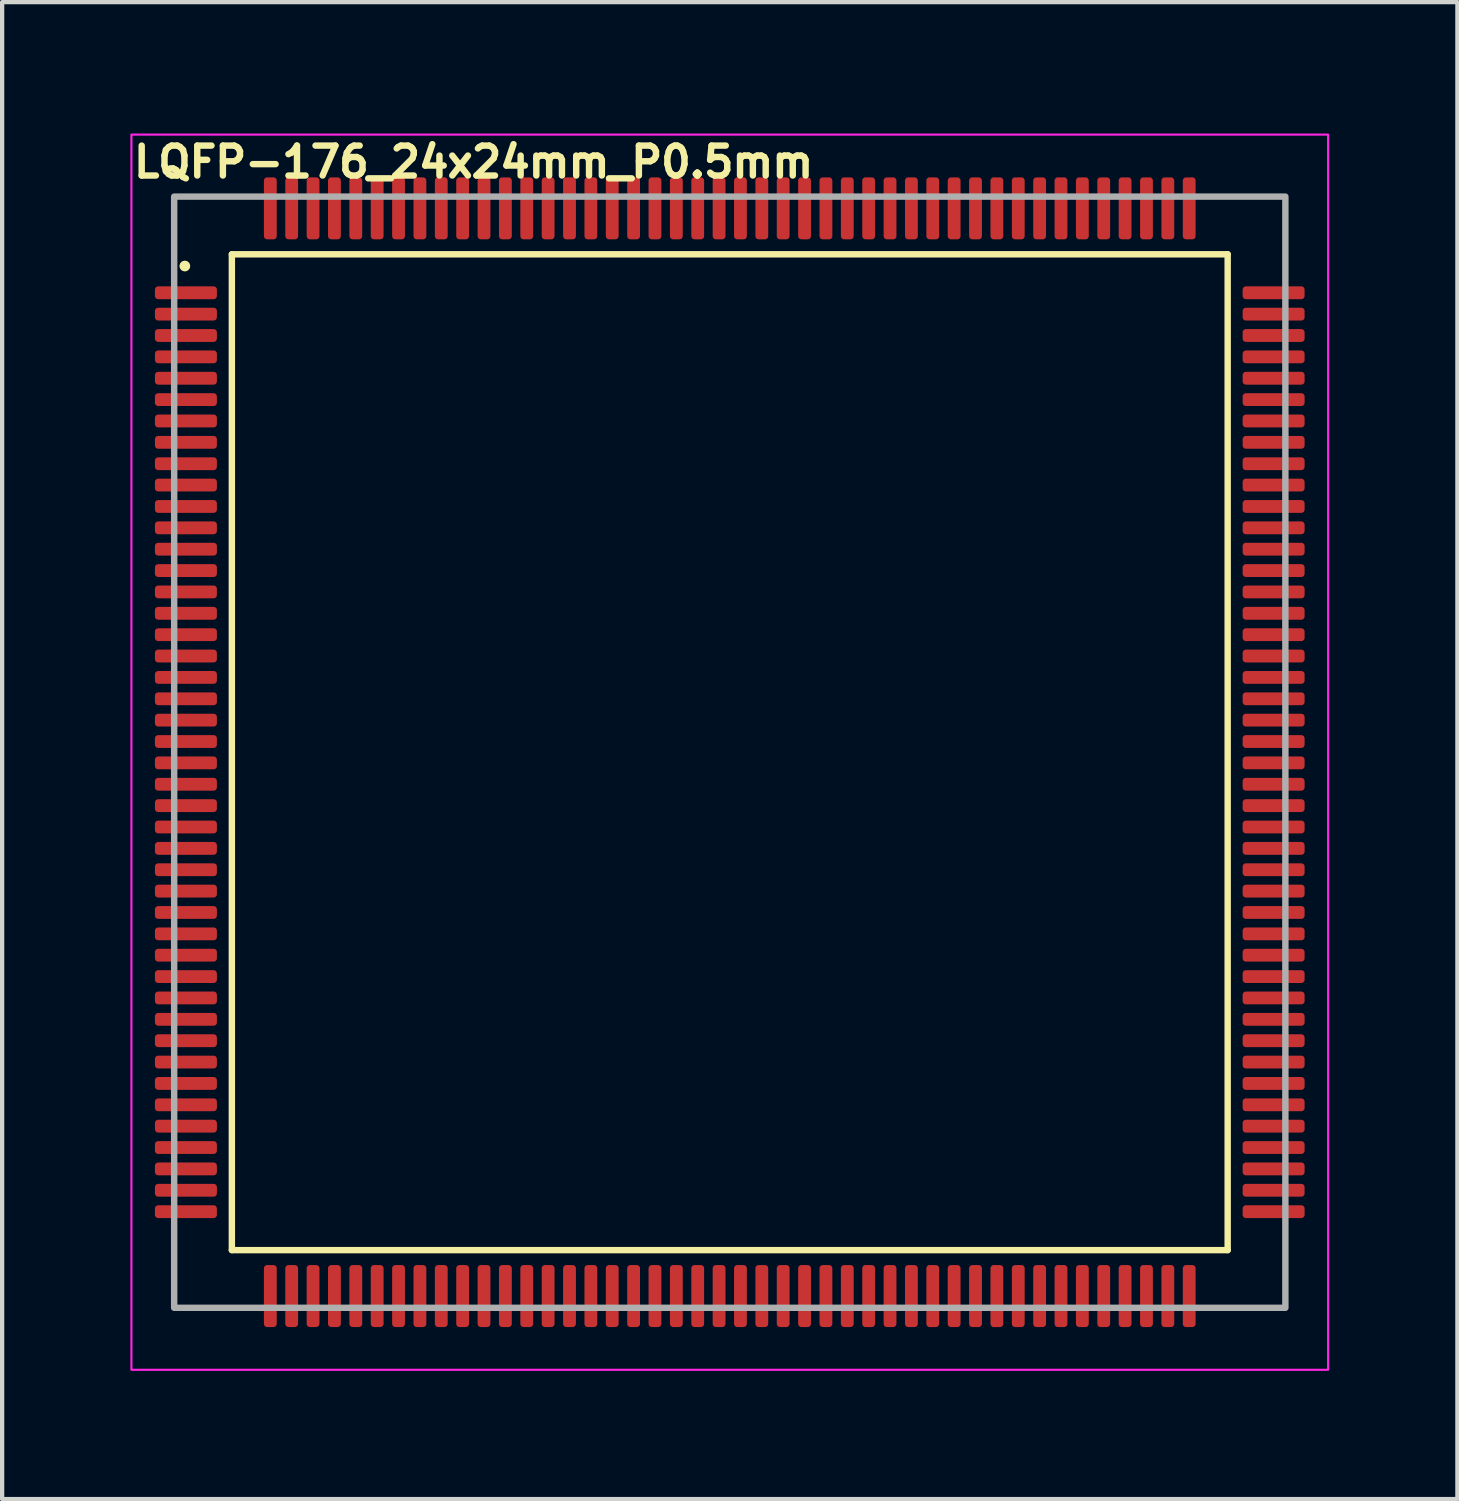
<source format=kicad_pcb>
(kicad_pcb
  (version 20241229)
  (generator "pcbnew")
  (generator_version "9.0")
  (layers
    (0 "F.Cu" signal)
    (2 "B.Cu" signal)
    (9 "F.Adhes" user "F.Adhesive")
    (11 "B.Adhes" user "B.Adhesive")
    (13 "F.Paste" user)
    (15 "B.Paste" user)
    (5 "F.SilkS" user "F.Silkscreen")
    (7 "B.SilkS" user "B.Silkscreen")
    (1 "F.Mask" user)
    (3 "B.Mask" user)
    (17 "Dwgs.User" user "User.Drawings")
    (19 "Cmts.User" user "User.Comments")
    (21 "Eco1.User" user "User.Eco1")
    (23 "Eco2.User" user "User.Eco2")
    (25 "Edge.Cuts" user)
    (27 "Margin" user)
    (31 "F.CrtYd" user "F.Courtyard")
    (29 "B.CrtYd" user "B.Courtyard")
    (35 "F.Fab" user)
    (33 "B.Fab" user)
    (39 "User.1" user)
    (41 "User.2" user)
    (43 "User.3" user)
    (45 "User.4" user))
  (footprint "LQFP-176_24x24mm_P0.5mm"
    (layer "F.Cu")
    (at 14.025 14.55)
    (property "Reference" "LQFP-176_24x24mm_P0.5mm" (at -14.025 -13.4 0) (layer "F.SilkS") (effects (font (size 0.7 0.7) (thickness 0.15)) (justify left bottom)))
    (attr smd)
    (fp_line (start -11.65 -11.65) (end 11.65 -11.65) (stroke (width 0.15) (type solid)) (layer "F.SilkS"))
    (fp_line (start -11.65 11.65) (end -11.65 -11.65) (stroke (width 0.15) (type solid)) (layer "F.SilkS"))
    (fp_line (start 11.65 -11.65) (end 11.65 11.65) (stroke (width 0.15) (type solid)) (layer "F.SilkS"))
    (fp_line (start 11.65 11.65) (end -11.65 11.65) (stroke (width 0.15) (type solid)) (layer "F.SilkS"))
    (fp_circle (center -12.75 -11.375) (end -12.7 -11.375) (stroke (width 0.15) (type solid)) (fill yes) (layer "F.SilkS"))
    (fp_rect (start -14 -14.45) (end 14 14.45) (stroke (width 0.05) (type solid)) (fill no) (layer "F.CrtYd"))
    (fp_rect (start -13 -13) (end 13 13) (stroke (width 0.15) (type solid)) (fill no) (layer "F.Fab"))
    (fp_rect (start -13 -13) (end 13 13) (stroke (width 0.1) (type solid)) (fill no) (layer "User.5"))
    (fp_line (start -13 -10.86) (end -12 -10.86) (stroke (width 0.02) (type solid)) (layer "User.9"))
    (fp_line (start -13 -10.64) (end -13 -10.86) (stroke (width 0.02) (type solid)) (layer "User.9"))
    (fp_line (start -13 -10.64) (end -12 -10.64) (stroke (width 0.02) (type solid)) (layer "User.9"))
    (fp_line (start -13 -10.36) (end -12 -10.36) (stroke (width 0.02) (type solid)) (layer "User.9"))
    (fp_line (start -13 -10.14) (end -13 -10.36) (stroke (width 0.02) (type solid)) (layer "User.9"))
    (fp_line (start -13 -10.14) (end -12 -10.14) (stroke (width 0.02) (type solid)) (layer "User.9"))
    (fp_line (start -13 -9.86) (end -12 -9.86) (stroke (width 0.02) (type solid)) (layer "User.9"))
    (fp_line (start -13 -9.64) (end -13 -9.86) (stroke (width 0.02) (type solid)) (layer "User.9"))
    (fp_line (start -13 -9.64) (end -12 -9.64) (stroke (width 0.02) (type solid)) (layer "User.9"))
    (fp_line (start -13 -9.36) (end -12 -9.36) (stroke (width 0.02) (type solid)) (layer "User.9"))
    (fp_line (start -13 -9.14) (end -13 -9.36) (stroke (width 0.02) (type solid)) (layer "User.9"))
    (fp_line (start -13 -9.14) (end -12 -9.14) (stroke (width 0.02) (type solid)) (layer "User.9"))
    (fp_line (start -13 -8.86) (end -12 -8.86) (stroke (width 0.02) (type solid)) (layer "User.9"))
    (fp_line (start -13 -8.64) (end -13 -8.86) (stroke (width 0.02) (type solid)) (layer "User.9"))
    (fp_line (start -13 -8.64) (end -12 -8.64) (stroke (width 0.02) (type solid)) (layer "User.9"))
    (fp_line (start -13 -8.36) (end -12 -8.36) (stroke (width 0.02) (type solid)) (layer "User.9"))
    (fp_line (start -13 -8.14) (end -13 -8.36) (stroke (width 0.02) (type solid)) (layer "User.9"))
    (fp_line (start -13 -8.14) (end -12 -8.14) (stroke (width 0.02) (type solid)) (layer "User.9"))
    (fp_line (start -13 -7.86) (end -12 -7.86) (stroke (width 0.02) (type solid)) (layer "User.9"))
    (fp_line (start -13 -7.64) (end -13 -7.86) (stroke (width 0.02) (type solid)) (layer "User.9"))
    (fp_line (start -13 -7.64) (end -12 -7.64) (stroke (width 0.02) (type solid)) (layer "User.9"))
    (fp_line (start -13 -7.36) (end -12 -7.36) (stroke (width 0.02) (type solid)) (layer "User.9"))
    (fp_line (start -13 -7.14) (end -13 -7.36) (stroke (width 0.02) (type solid)) (layer "User.9"))
    (fp_line (start -13 -7.14) (end -12 -7.14) (stroke (width 0.02) (type solid)) (layer "User.9"))
    (fp_line (start -13 -6.86) (end -12 -6.86) (stroke (width 0.02) (type solid)) (layer "User.9"))
    (fp_line (start -13 -6.64) (end -13 -6.86) (stroke (width 0.02) (type solid)) (layer "User.9"))
    (fp_line (start -13 -6.64) (end -12 -6.64) (stroke (width 0.02) (type solid)) (layer "User.9"))
    (fp_line (start -13 -6.36) (end -12 -6.36) (stroke (width 0.02) (type solid)) (layer "User.9"))
    (fp_line (start -13 -6.14) (end -13 -6.36) (stroke (width 0.02) (type solid)) (layer "User.9"))
    (fp_line (start -13 -6.14) (end -12 -6.14) (stroke (width 0.02) (type solid)) (layer "User.9"))
    (fp_line (start -13 -5.86) (end -12 -5.86) (stroke (width 0.02) (type solid)) (layer "User.9"))
    (fp_line (start -13 -5.64) (end -13 -5.86) (stroke (width 0.02) (type solid)) (layer "User.9"))
    (fp_line (start -13 -5.64) (end -12 -5.64) (stroke (width 0.02) (type solid)) (layer "User.9"))
    (fp_line (start -13 -5.36) (end -12 -5.36) (stroke (width 0.02) (type solid)) (layer "User.9"))
    (fp_line (start -13 -5.14) (end -13 -5.36) (stroke (width 0.02) (type solid)) (layer "User.9"))
    (fp_line (start -13 -5.14) (end -12 -5.14) (stroke (width 0.02) (type solid)) (layer "User.9"))
    (fp_line (start -13 -4.86) (end -12 -4.86) (stroke (width 0.02) (type solid)) (layer "User.9"))
    (fp_line (start -13 -4.64) (end -13 -4.86) (stroke (width 0.02) (type solid)) (layer "User.9"))
    (fp_line (start -13 -4.64) (end -12 -4.64) (stroke (width 0.02) (type solid)) (layer "User.9"))
    (fp_line (start -13 -4.36) (end -12 -4.36) (stroke (width 0.02) (type solid)) (layer "User.9"))
    (fp_line (start -13 -4.14) (end -13 -4.36) (stroke (width 0.02) (type solid)) (layer "User.9"))
    (fp_line (start -13 -4.14) (end -12 -4.14) (stroke (width 0.02) (type solid)) (layer "User.9"))
    (fp_line (start -13 -3.86) (end -12 -3.86) (stroke (width 0.02) (type solid)) (layer "User.9"))
    (fp_line (start -13 -3.64) (end -13 -3.86) (stroke (width 0.02) (type solid)) (layer "User.9"))
    (fp_line (start -13 -3.64) (end -12 -3.64) (stroke (width 0.02) (type solid)) (layer "User.9"))
    (fp_line (start -13 -3.36) (end -12 -3.36) (stroke (width 0.02) (type solid)) (layer "User.9"))
    (fp_line (start -13 -3.14) (end -13 -3.36) (stroke (width 0.02) (type solid)) (layer "User.9"))
    (fp_line (start -13 -3.14) (end -12 -3.14) (stroke (width 0.02) (type solid)) (layer "User.9"))
    (fp_line (start -13 -2.86) (end -12 -2.86) (stroke (width 0.02) (type solid)) (layer "User.9"))
    (fp_line (start -13 -2.64) (end -13 -2.86) (stroke (width 0.02) (type solid)) (layer "User.9"))
    (fp_line (start -13 -2.64) (end -12 -2.64) (stroke (width 0.02) (type solid)) (layer "User.9"))
    (fp_line (start -13 -2.36) (end -12 -2.36) (stroke (width 0.02) (type solid)) (layer "User.9"))
    (fp_line (start -13 -2.14) (end -13 -2.36) (stroke (width 0.02) (type solid)) (layer "User.9"))
    (fp_line (start -13 -2.14) (end -12 -2.14) (stroke (width 0.02) (type solid)) (layer "User.9"))
    (fp_line (start -13 -1.86) (end -12 -1.86) (stroke (width 0.02) (type solid)) (layer "User.9"))
    (fp_line (start -13 -1.64) (end -13 -1.86) (stroke (width 0.02) (type solid)) (layer "User.9"))
    (fp_line (start -13 -1.64) (end -12 -1.64) (stroke (width 0.02) (type solid)) (layer "User.9"))
    (fp_line (start -13 -1.36) (end -12 -1.36) (stroke (width 0.02) (type solid)) (layer "User.9"))
    (fp_line (start -13 -1.14) (end -13 -1.36) (stroke (width 0.02) (type solid)) (layer "User.9"))
    (fp_line (start -13 -1.14) (end -12 -1.14) (stroke (width 0.02) (type solid)) (layer "User.9"))
    (fp_line (start -13 -0.86) (end -12 -0.86) (stroke (width 0.02) (type solid)) (layer "User.9"))
    (fp_line (start -13 -0.64) (end -13 -0.86) (stroke (width 0.02) (type solid)) (layer "User.9"))
    (fp_line (start -13 -0.64) (end -12 -0.64) (stroke (width 0.02) (type solid)) (layer "User.9"))
    (fp_line (start -13 -0.36) (end -12 -0.36) (stroke (width 0.02) (type solid)) (layer "User.9"))
    (fp_line (start -13 -0.14) (end -13 -0.36) (stroke (width 0.02) (type solid)) (layer "User.9"))
    (fp_line (start -13 -0.14) (end -12 -0.14) (stroke (width 0.02) (type solid)) (layer "User.9"))
    (fp_line (start -13 0.14) (end -12 0.14) (stroke (width 0.02) (type solid)) (layer "User.9"))
    (fp_line (start -13 0.36) (end -13 0.14) (stroke (width 0.02) (type solid)) (layer "User.9"))
    (fp_line (start -13 0.36) (end -12 0.36) (stroke (width 0.02) (type solid)) (layer "User.9"))
    (fp_line (start -13 0.64) (end -12 0.64) (stroke (width 0.02) (type solid)) (layer "User.9"))
    (fp_line (start -13 0.86) (end -13 0.64) (stroke (width 0.02) (type solid)) (layer "User.9"))
    (fp_line (start -13 0.86) (end -12 0.86) (stroke (width 0.02) (type solid)) (layer "User.9"))
    (fp_line (start -13 1.14) (end -12 1.14) (stroke (width 0.02) (type solid)) (layer "User.9"))
    (fp_line (start -13 1.36) (end -13 1.14) (stroke (width 0.02) (type solid)) (layer "User.9"))
    (fp_line (start -13 1.36) (end -12 1.36) (stroke (width 0.02) (type solid)) (layer "User.9"))
    (fp_line (start -13 1.64) (end -12 1.64) (stroke (width 0.02) (type solid)) (layer "User.9"))
    (fp_line (start -13 1.86) (end -13 1.64) (stroke (width 0.02) (type solid)) (layer "User.9"))
    (fp_line (start -13 1.86) (end -12 1.86) (stroke (width 0.02) (type solid)) (layer "User.9"))
    (fp_line (start -13 2.14) (end -12 2.14) (stroke (width 0.02) (type solid)) (layer "User.9"))
    (fp_line (start -13 2.36) (end -13 2.14) (stroke (width 0.02) (type solid)) (layer "User.9"))
    (fp_line (start -13 2.36) (end -12 2.36) (stroke (width 0.02) (type solid)) (layer "User.9"))
    (fp_line (start -13 2.64) (end -12 2.64) (stroke (width 0.02) (type solid)) (layer "User.9"))
    (fp_line (start -13 2.86) (end -13 2.64) (stroke (width 0.02) (type solid)) (layer "User.9"))
    (fp_line (start -13 2.86) (end -12 2.86) (stroke (width 0.02) (type solid)) (layer "User.9"))
    (fp_line (start -13 3.14) (end -12 3.14) (stroke (width 0.02) (type solid)) (layer "User.9"))
    (fp_line (start -13 3.36) (end -13 3.14) (stroke (width 0.02) (type solid)) (layer "User.9"))
    (fp_line (start -13 3.36) (end -12 3.36) (stroke (width 0.02) (type solid)) (layer "User.9"))
    (fp_line (start -13 3.64) (end -12 3.64) (stroke (width 0.02) (type solid)) (layer "User.9"))
    (fp_line (start -13 3.86) (end -13 3.64) (stroke (width 0.02) (type solid)) (layer "User.9"))
    (fp_line (start -13 3.86) (end -12 3.86) (stroke (width 0.02) (type solid)) (layer "User.9"))
    (fp_line (start -13 4.14) (end -12 4.14) (stroke (width 0.02) (type solid)) (layer "User.9"))
    (fp_line (start -13 4.36) (end -13 4.14) (stroke (width 0.02) (type solid)) (layer "User.9"))
    (fp_line (start -13 4.36) (end -12 4.36) (stroke (width 0.02) (type solid)) (layer "User.9"))
    (fp_line (start -13 4.64) (end -12 4.64) (stroke (width 0.02) (type solid)) (layer "User.9"))
    (fp_line (start -13 4.86) (end -13 4.64) (stroke (width 0.02) (type solid)) (layer "User.9"))
    (fp_line (start -13 4.86) (end -12 4.86) (stroke (width 0.02) (type solid)) (layer "User.9"))
    (fp_line (start -13 5.14) (end -12 5.14) (stroke (width 0.02) (type solid)) (layer "User.9"))
    (fp_line (start -13 5.36) (end -13 5.14) (stroke (width 0.02) (type solid)) (layer "User.9"))
    (fp_line (start -13 5.36) (end -12 5.36) (stroke (width 0.02) (type solid)) (layer "User.9"))
    (fp_line (start -13 5.64) (end -12 5.64) (stroke (width 0.02) (type solid)) (layer "User.9"))
    (fp_line (start -13 5.86) (end -13 5.64) (stroke (width 0.02) (type solid)) (layer "User.9"))
    (fp_line (start -13 5.86) (end -12 5.86) (stroke (width 0.02) (type solid)) (layer "User.9"))
    (fp_line (start -13 6.14) (end -12 6.14) (stroke (width 0.02) (type solid)) (layer "User.9"))
    (fp_line (start -13 6.36) (end -13 6.14) (stroke (width 0.02) (type solid)) (layer "User.9"))
    (fp_line (start -13 6.36) (end -12 6.36) (stroke (width 0.02) (type solid)) (layer "User.9"))
    (fp_line (start -13 6.64) (end -12 6.64) (stroke (width 0.02) (type solid)) (layer "User.9"))
    (fp_line (start -13 6.86) (end -13 6.64) (stroke (width 0.02) (type solid)) (layer "User.9"))
    (fp_line (start -13 6.86) (end -12 6.86) (stroke (width 0.02) (type solid)) (layer "User.9"))
    (fp_line (start -13 7.14) (end -12 7.14) (stroke (width 0.02) (type solid)) (layer "User.9"))
    (fp_line (start -13 7.36) (end -13 7.14) (stroke (width 0.02) (type solid)) (layer "User.9"))
    (fp_line (start -13 7.36) (end -12 7.36) (stroke (width 0.02) (type solid)) (layer "User.9"))
    (fp_line (start -13 7.64) (end -12 7.64) (stroke (width 0.02) (type solid)) (layer "User.9"))
    (fp_line (start -13 7.86) (end -13 7.64) (stroke (width 0.02) (type solid)) (layer "User.9"))
    (fp_line (start -13 7.86) (end -12 7.86) (stroke (width 0.02) (type solid)) (layer "User.9"))
    (fp_line (start -13 8.14) (end -12 8.14) (stroke (width 0.02) (type solid)) (layer "User.9"))
    (fp_line (start -13 8.36) (end -13 8.14) (stroke (width 0.02) (type solid)) (layer "User.9"))
    (fp_line (start -13 8.36) (end -12 8.36) (stroke (width 0.02) (type solid)) (layer "User.9"))
    (fp_line (start -13 8.64) (end -12 8.64) (stroke (width 0.02) (type solid)) (layer "User.9"))
    (fp_line (start -13 8.86) (end -13 8.64) (stroke (width 0.02) (type solid)) (layer "User.9"))
    (fp_line (start -13 8.86) (end -12 8.86) (stroke (width 0.02) (type solid)) (layer "User.9"))
    (fp_line (start -13 9.14) (end -12 9.14) (stroke (width 0.02) (type solid)) (layer "User.9"))
    (fp_line (start -13 9.36) (end -13 9.14) (stroke (width 0.02) (type solid)) (layer "User.9"))
    (fp_line (start -13 9.36) (end -12 9.36) (stroke (width 0.02) (type solid)) (layer "User.9"))
    (fp_line (start -13 9.64) (end -12 9.64) (stroke (width 0.02) (type solid)) (layer "User.9"))
    (fp_line (start -13 9.86) (end -13 9.64) (stroke (width 0.02) (type solid)) (layer "User.9"))
    (fp_line (start -13 9.86) (end -12 9.86) (stroke (width 0.02) (type solid)) (layer "User.9"))
    (fp_line (start -13 10.14) (end -12 10.14) (stroke (width 0.02) (type solid)) (layer "User.9"))
    (fp_line (start -13 10.36) (end -13 10.14) (stroke (width 0.02) (type solid)) (layer "User.9"))
    (fp_line (start -13 10.36) (end -12 10.36) (stroke (width 0.02) (type solid)) (layer "User.9"))
    (fp_line (start -13 10.64) (end -12 10.64) (stroke (width 0.02) (type solid)) (layer "User.9"))
    (fp_line (start -13 10.86) (end -13 10.64) (stroke (width 0.02) (type solid)) (layer "User.9"))
    (fp_line (start -13 10.86) (end -12 10.86) (stroke (width 0.02) (type solid)) (layer "User.9"))
    (fp_line (start -12 -12) (end -11.749 -11.749) (stroke (width 0.02) (type solid)) (layer "User.9"))
    (fp_line (start -12 -12) (end 12 -12) (stroke (width 0.02) (type solid)) (layer "User.9"))
    (fp_line (start -12 12) (end -12 -12) (stroke (width 0.02) (type solid)) (layer "User.9"))
    (fp_line (start -12 12) (end -11.749 11.749) (stroke (width 0.02) (type solid)) (layer "User.9"))
    (fp_line (start -12 12) (end 12 12) (stroke (width 0.02) (type solid)) (layer "User.9"))
    (fp_line (start -11.749 -11.749) (end -11.646 -11.646) (stroke (width 0.02) (type default)) (layer "User.9"))
    (fp_line (start -11.749 -11.749) (end 11.749 -11.749) (stroke (width 0.02) (type solid)) (layer "User.9"))
    (fp_line (start -11.749 11.749) (end -11.749 -11.749) (stroke (width 0.02) (type solid)) (layer "User.9"))
    (fp_line (start -11.749 11.749) (end -11.646 11.646) (stroke (width 0.02) (type default)) (layer "User.9"))
    (fp_line (start -11.749 11.749) (end 11.749 11.749) (stroke (width 0.02) (type solid)) (layer "User.9"))
    (fp_line (start -11.646 -11.646) (end 11.646 -11.646) (stroke (width 0.02) (type solid)) (layer "User.9"))
    (fp_line (start -11.646 11.646) (end -11.646 -11.646) (stroke (width 0.02) (type solid)) (layer "User.9"))
    (fp_line (start -11.646 11.646) (end 11.646 11.646) (stroke (width 0.02) (type solid)) (layer "User.9"))
    (fp_line (start -10.86 -13) (end -10.86 -12) (stroke (width 0.02) (type solid)) (layer "User.9"))
    (fp_line (start -10.86 -13) (end -10.64 -13) (stroke (width 0.02) (type solid)) (layer "User.9"))
    (fp_line (start -10.86 13) (end -10.86 12) (stroke (width 0.02) (type solid)) (layer "User.9"))
    (fp_line (start -10.64 -13) (end -10.64 -12) (stroke (width 0.02) (type solid)) (layer "User.9"))
    (fp_line (start -10.64 13) (end -10.86 13) (stroke (width 0.02) (type solid)) (layer "User.9"))
    (fp_line (start -10.64 13) (end -10.64 12) (stroke (width 0.02) (type solid)) (layer "User.9"))
    (fp_line (start -10.36 -13) (end -10.36 -12) (stroke (width 0.02) (type solid)) (layer "User.9"))
    (fp_line (start -10.36 -13) (end -10.14 -13) (stroke (width 0.02) (type solid)) (layer "User.9"))
    (fp_line (start -10.36 13) (end -10.36 12) (stroke (width 0.02) (type solid)) (layer "User.9"))
    (fp_line (start -10.14 -13) (end -10.14 -12) (stroke (width 0.02) (type solid)) (layer "User.9"))
    (fp_line (start -10.14 13) (end -10.36 13) (stroke (width 0.02) (type solid)) (layer "User.9"))
    (fp_line (start -10.14 13) (end -10.14 12) (stroke (width 0.02) (type solid)) (layer "User.9"))
    (fp_line (start -9.86 -13) (end -9.86 -12) (stroke (width 0.02) (type solid)) (layer "User.9"))
    (fp_line (start -9.86 -13) (end -9.64 -13) (stroke (width 0.02) (type solid)) (layer "User.9"))
    (fp_line (start -9.86 13) (end -9.86 12) (stroke (width 0.02) (type solid)) (layer "User.9"))
    (fp_line (start -9.64 -13) (end -9.64 -12) (stroke (width 0.02) (type solid)) (layer "User.9"))
    (fp_line (start -9.64 13) (end -9.86 13) (stroke (width 0.02) (type solid)) (layer "User.9"))
    (fp_line (start -9.64 13) (end -9.64 12) (stroke (width 0.02) (type solid)) (layer "User.9"))
    (fp_line (start -9.36 -13) (end -9.36 -12) (stroke (width 0.02) (type solid)) (layer "User.9"))
    (fp_line (start -9.36 -13) (end -9.14 -13) (stroke (width 0.02) (type solid)) (layer "User.9"))
    (fp_line (start -9.36 13) (end -9.36 12) (stroke (width 0.02) (type solid)) (layer "User.9"))
    (fp_line (start -9.14 -13) (end -9.14 -12) (stroke (width 0.02) (type solid)) (layer "User.9"))
    (fp_line (start -9.14 13) (end -9.36 13) (stroke (width 0.02) (type solid)) (layer "User.9"))
    (fp_line (start -9.14 13) (end -9.14 12) (stroke (width 0.02) (type solid)) (layer "User.9"))
    (fp_line (start -8.86 -13) (end -8.86 -12) (stroke (width 0.02) (type solid)) (layer "User.9"))
    (fp_line (start -8.86 -13) (end -8.64 -13) (stroke (width 0.02) (type solid)) (layer "User.9"))
    (fp_line (start -8.86 13) (end -8.86 12) (stroke (width 0.02) (type solid)) (layer "User.9"))
    (fp_line (start -8.64 -13) (end -8.64 -12) (stroke (width 0.02) (type solid)) (layer "User.9"))
    (fp_line (start -8.64 13) (end -8.86 13) (stroke (width 0.02) (type solid)) (layer "User.9"))
    (fp_line (start -8.64 13) (end -8.64 12) (stroke (width 0.02) (type solid)) (layer "User.9"))
    (fp_line (start -8.36 -13) (end -8.36 -12) (stroke (width 0.02) (type solid)) (layer "User.9"))
    (fp_line (start -8.36 -13) (end -8.14 -13) (stroke (width 0.02) (type solid)) (layer "User.9"))
    (fp_line (start -8.36 13) (end -8.36 12) (stroke (width 0.02) (type solid)) (layer "User.9"))
    (fp_line (start -8.14 -13) (end -8.14 -12) (stroke (width 0.02) (type solid)) (layer "User.9"))
    (fp_line (start -8.14 13) (end -8.36 13) (stroke (width 0.02) (type solid)) (layer "User.9"))
    (fp_line (start -8.14 13) (end -8.14 12) (stroke (width 0.02) (type solid)) (layer "User.9"))
    (fp_line (start -7.86 -13) (end -7.86 -12) (stroke (width 0.02) (type solid)) (layer "User.9"))
    (fp_line (start -7.86 -13) (end -7.64 -13) (stroke (width 0.02) (type solid)) (layer "User.9"))
    (fp_line (start -7.86 13) (end -7.86 12) (stroke (width 0.02) (type solid)) (layer "User.9"))
    (fp_line (start -7.64 -13) (end -7.64 -12) (stroke (width 0.02) (type solid)) (layer "User.9"))
    (fp_line (start -7.64 13) (end -7.86 13) (stroke (width 0.02) (type solid)) (layer "User.9"))
    (fp_line (start -7.64 13) (end -7.64 12) (stroke (width 0.02) (type solid)) (layer "User.9"))
    (fp_line (start -7.36 -13) (end -7.36 -12) (stroke (width 0.02) (type solid)) (layer "User.9"))
    (fp_line (start -7.36 -13) (end -7.14 -13) (stroke (width 0.02) (type solid)) (layer "User.9"))
    (fp_line (start -7.36 13) (end -7.36 12) (stroke (width 0.02) (type solid)) (layer "User.9"))
    (fp_line (start -7.14 -13) (end -7.14 -12) (stroke (width 0.02) (type solid)) (layer "User.9"))
    (fp_line (start -7.14 13) (end -7.36 13) (stroke (width 0.02) (type solid)) (layer "User.9"))
    (fp_line (start -7.14 13) (end -7.14 12) (stroke (width 0.02) (type solid)) (layer "User.9"))
    (fp_line (start -6.86 -13) (end -6.86 -12) (stroke (width 0.02) (type solid)) (layer "User.9"))
    (fp_line (start -6.86 -13) (end -6.64 -13) (stroke (width 0.02) (type solid)) (layer "User.9"))
    (fp_line (start -6.86 13) (end -6.86 12) (stroke (width 0.02) (type solid)) (layer "User.9"))
    (fp_line (start -6.64 -13) (end -6.64 -12) (stroke (width 0.02) (type solid)) (layer "User.9"))
    (fp_line (start -6.64 13) (end -6.86 13) (stroke (width 0.02) (type solid)) (layer "User.9"))
    (fp_line (start -6.64 13) (end -6.64 12) (stroke (width 0.02) (type solid)) (layer "User.9"))
    (fp_line (start -6.36 -13) (end -6.36 -12) (stroke (width 0.02) (type solid)) (layer "User.9"))
    (fp_line (start -6.36 -13) (end -6.14 -13) (stroke (width 0.02) (type solid)) (layer "User.9"))
    (fp_line (start -6.36 13) (end -6.36 12) (stroke (width 0.02) (type solid)) (layer "User.9"))
    (fp_line (start -6.14 -13) (end -6.14 -12) (stroke (width 0.02) (type solid)) (layer "User.9"))
    (fp_line (start -6.14 13) (end -6.36 13) (stroke (width 0.02) (type solid)) (layer "User.9"))
    (fp_line (start -6.14 13) (end -6.14 12) (stroke (width 0.02) (type solid)) (layer "User.9"))
    (fp_line (start -5.86 -13) (end -5.86 -12) (stroke (width 0.02) (type solid)) (layer "User.9"))
    (fp_line (start -5.86 -13) (end -5.64 -13) (stroke (width 0.02) (type solid)) (layer "User.9"))
    (fp_line (start -5.86 13) (end -5.86 12) (stroke (width 0.02) (type solid)) (layer "User.9"))
    (fp_line (start -5.64 -13) (end -5.64 -12) (stroke (width 0.02) (type solid)) (layer "User.9"))
    (fp_line (start -5.64 13) (end -5.86 13) (stroke (width 0.02) (type solid)) (layer "User.9"))
    (fp_line (start -5.64 13) (end -5.64 12) (stroke (width 0.02) (type solid)) (layer "User.9"))
    (fp_line (start -5.36 -13) (end -5.36 -12) (stroke (width 0.02) (type solid)) (layer "User.9"))
    (fp_line (start -5.36 -13) (end -5.14 -13) (stroke (width 0.02) (type solid)) (layer "User.9"))
    (fp_line (start -5.36 13) (end -5.36 12) (stroke (width 0.02) (type solid)) (layer "User.9"))
    (fp_line (start -5.14 -13) (end -5.14 -12) (stroke (width 0.02) (type solid)) (layer "User.9"))
    (fp_line (start -5.14 13) (end -5.36 13) (stroke (width 0.02) (type solid)) (layer "User.9"))
    (fp_line (start -5.14 13) (end -5.14 12) (stroke (width 0.02) (type solid)) (layer "User.9"))
    (fp_line (start -4.86 -13) (end -4.86 -12) (stroke (width 0.02) (type solid)) (layer "User.9"))
    (fp_line (start -4.86 -13) (end -4.64 -13) (stroke (width 0.02) (type solid)) (layer "User.9"))
    (fp_line (start -4.86 13) (end -4.86 12) (stroke (width 0.02) (type solid)) (layer "User.9"))
    (fp_line (start -4.64 -13) (end -4.64 -12) (stroke (width 0.02) (type solid)) (layer "User.9"))
    (fp_line (start -4.64 13) (end -4.86 13) (stroke (width 0.02) (type solid)) (layer "User.9"))
    (fp_line (start -4.64 13) (end -4.64 12) (stroke (width 0.02) (type solid)) (layer "User.9"))
    (fp_line (start -4.36 -13) (end -4.36 -12) (stroke (width 0.02) (type solid)) (layer "User.9"))
    (fp_line (start -4.36 -13) (end -4.14 -13) (stroke (width 0.02) (type solid)) (layer "User.9"))
    (fp_line (start -4.36 13) (end -4.36 12) (stroke (width 0.02) (type solid)) (layer "User.9"))
    (fp_line (start -4.14 -13) (end -4.14 -12) (stroke (width 0.02) (type solid)) (layer "User.9"))
    (fp_line (start -4.14 13) (end -4.36 13) (stroke (width 0.02) (type solid)) (layer "User.9"))
    (fp_line (start -4.14 13) (end -4.14 12) (stroke (width 0.02) (type solid)) (layer "User.9"))
    (fp_line (start -3.86 -13) (end -3.86 -12) (stroke (width 0.02) (type solid)) (layer "User.9"))
    (fp_line (start -3.86 -13) (end -3.64 -13) (stroke (width 0.02) (type solid)) (layer "User.9"))
    (fp_line (start -3.86 13) (end -3.86 12) (stroke (width 0.02) (type solid)) (layer "User.9"))
    (fp_line (start -3.64 -13) (end -3.64 -12) (stroke (width 0.02) (type solid)) (layer "User.9"))
    (fp_line (start -3.64 13) (end -3.86 13) (stroke (width 0.02) (type solid)) (layer "User.9"))
    (fp_line (start -3.64 13) (end -3.64 12) (stroke (width 0.02) (type solid)) (layer "User.9"))
    (fp_line (start -3.36 -13) (end -3.36 -12) (stroke (width 0.02) (type solid)) (layer "User.9"))
    (fp_line (start -3.36 -13) (end -3.14 -13) (stroke (width 0.02) (type solid)) (layer "User.9"))
    (fp_line (start -3.36 13) (end -3.36 12) (stroke (width 0.02) (type solid)) (layer "User.9"))
    (fp_line (start -3.14 -13) (end -3.14 -12) (stroke (width 0.02) (type solid)) (layer "User.9"))
    (fp_line (start -3.14 13) (end -3.36 13) (stroke (width 0.02) (type solid)) (layer "User.9"))
    (fp_line (start -3.14 13) (end -3.14 12) (stroke (width 0.02) (type solid)) (layer "User.9"))
    (fp_line (start -2.86 -13) (end -2.86 -12) (stroke (width 0.02) (type solid)) (layer "User.9"))
    (fp_line (start -2.86 -13) (end -2.64 -13) (stroke (width 0.02) (type solid)) (layer "User.9"))
    (fp_line (start -2.86 13) (end -2.86 12) (stroke (width 0.02) (type solid)) (layer "User.9"))
    (fp_line (start -2.64 -13) (end -2.64 -12) (stroke (width 0.02) (type solid)) (layer "User.9"))
    (fp_line (start -2.64 13) (end -2.86 13) (stroke (width 0.02) (type solid)) (layer "User.9"))
    (fp_line (start -2.64 13) (end -2.64 12) (stroke (width 0.02) (type solid)) (layer "User.9"))
    (fp_line (start -2.36 -13) (end -2.36 -12) (stroke (width 0.02) (type solid)) (layer "User.9"))
    (fp_line (start -2.36 -13) (end -2.14 -13) (stroke (width 0.02) (type solid)) (layer "User.9"))
    (fp_line (start -2.36 13) (end -2.36 12) (stroke (width 0.02) (type solid)) (layer "User.9"))
    (fp_line (start -2.14 -13) (end -2.14 -12) (stroke (width 0.02) (type solid)) (layer "User.9"))
    (fp_line (start -2.14 13) (end -2.36 13) (stroke (width 0.02) (type solid)) (layer "User.9"))
    (fp_line (start -2.14 13) (end -2.14 12) (stroke (width 0.02) (type solid)) (layer "User.9"))
    (fp_line (start -1.86 -13) (end -1.86 -12) (stroke (width 0.02) (type solid)) (layer "User.9"))
    (fp_line (start -1.86 -13) (end -1.64 -13) (stroke (width 0.02) (type solid)) (layer "User.9"))
    (fp_line (start -1.86 13) (end -1.86 12) (stroke (width 0.02) (type solid)) (layer "User.9"))
    (fp_line (start -1.64 -13) (end -1.64 -12) (stroke (width 0.02) (type solid)) (layer "User.9"))
    (fp_line (start -1.64 13) (end -1.86 13) (stroke (width 0.02) (type solid)) (layer "User.9"))
    (fp_line (start -1.64 13) (end -1.64 12) (stroke (width 0.02) (type solid)) (layer "User.9"))
    (fp_line (start -1.36 -13) (end -1.36 -12) (stroke (width 0.02) (type solid)) (layer "User.9"))
    (fp_line (start -1.36 -13) (end -1.14 -13) (stroke (width 0.02) (type solid)) (layer "User.9"))
    (fp_line (start -1.36 13) (end -1.36 12) (stroke (width 0.02) (type solid)) (layer "User.9"))
    (fp_line (start -1.14 -13) (end -1.14 -12) (stroke (width 0.02) (type solid)) (layer "User.9"))
    (fp_line (start -1.14 13) (end -1.36 13) (stroke (width 0.02) (type solid)) (layer "User.9"))
    (fp_line (start -1.14 13) (end -1.14 12) (stroke (width 0.02) (type solid)) (layer "User.9"))
    (fp_line (start -0.86 -13) (end -0.86 -12) (stroke (width 0.02) (type solid)) (layer "User.9"))
    (fp_line (start -0.86 -13) (end -0.64 -13) (stroke (width 0.02) (type solid)) (layer "User.9"))
    (fp_line (start -0.86 13) (end -0.86 12) (stroke (width 0.02) (type solid)) (layer "User.9"))
    (fp_line (start -0.64 -13) (end -0.64 -12) (stroke (width 0.02) (type solid)) (layer "User.9"))
    (fp_line (start -0.64 13) (end -0.86 13) (stroke (width 0.02) (type solid)) (layer "User.9"))
    (fp_line (start -0.64 13) (end -0.64 12) (stroke (width 0.02) (type solid)) (layer "User.9"))
    (fp_line (start -0.36 -13) (end -0.36 -12) (stroke (width 0.02) (type solid)) (layer "User.9"))
    (fp_line (start -0.36 -13) (end -0.14 -13) (stroke (width 0.02) (type solid)) (layer "User.9"))
    (fp_line (start -0.36 13) (end -0.36 12) (stroke (width 0.02) (type solid)) (layer "User.9"))
    (fp_line (start -0.14 -13) (end -0.14 -12) (stroke (width 0.02) (type solid)) (layer "User.9"))
    (fp_line (start -0.14 13) (end -0.36 13) (stroke (width 0.02) (type solid)) (layer "User.9"))
    (fp_line (start -0.14 13) (end -0.14 12) (stroke (width 0.02) (type solid)) (layer "User.9"))
    (fp_line (start 0.14 -13) (end 0.14 -12) (stroke (width 0.02) (type solid)) (layer "User.9"))
    (fp_line (start 0.14 -13) (end 0.36 -13) (stroke (width 0.02) (type solid)) (layer "User.9"))
    (fp_line (start 0.14 13) (end 0.14 12) (stroke (width 0.02) (type solid)) (layer "User.9"))
    (fp_line (start 0.36 -13) (end 0.36 -12) (stroke (width 0.02) (type solid)) (layer "User.9"))
    (fp_line (start 0.36 13) (end 0.14 13) (stroke (width 0.02) (type solid)) (layer "User.9"))
    (fp_line (start 0.36 13) (end 0.36 12) (stroke (width 0.02) (type solid)) (layer "User.9"))
    (fp_line (start 0.64 -13) (end 0.64 -12) (stroke (width 0.02) (type solid)) (layer "User.9"))
    (fp_line (start 0.64 -13) (end 0.86 -13) (stroke (width 0.02) (type solid)) (layer "User.9"))
    (fp_line (start 0.64 13) (end 0.64 12) (stroke (width 0.02) (type solid)) (layer "User.9"))
    (fp_line (start 0.86 -13) (end 0.86 -12) (stroke (width 0.02) (type solid)) (layer "User.9"))
    (fp_line (start 0.86 13) (end 0.64 13) (stroke (width 0.02) (type solid)) (layer "User.9"))
    (fp_line (start 0.86 13) (end 0.86 12) (stroke (width 0.02) (type solid)) (layer "User.9"))
    (fp_line (start 1.14 -13) (end 1.14 -12) (stroke (width 0.02) (type solid)) (layer "User.9"))
    (fp_line (start 1.14 -13) (end 1.36 -13) (stroke (width 0.02) (type solid)) (layer "User.9"))
    (fp_line (start 1.14 13) (end 1.14 12) (stroke (width 0.02) (type solid)) (layer "User.9"))
    (fp_line (start 1.36 -13) (end 1.36 -12) (stroke (width 0.02) (type solid)) (layer "User.9"))
    (fp_line (start 1.36 13) (end 1.14 13) (stroke (width 0.02) (type solid)) (layer "User.9"))
    (fp_line (start 1.36 13) (end 1.36 12) (stroke (width 0.02) (type solid)) (layer "User.9"))
    (fp_line (start 1.64 -13) (end 1.64 -12) (stroke (width 0.02) (type solid)) (layer "User.9"))
    (fp_line (start 1.64 -13) (end 1.86 -13) (stroke (width 0.02) (type solid)) (layer "User.9"))
    (fp_line (start 1.64 13) (end 1.64 12) (stroke (width 0.02) (type solid)) (layer "User.9"))
    (fp_line (start 1.86 -13) (end 1.86 -12) (stroke (width 0.02) (type solid)) (layer "User.9"))
    (fp_line (start 1.86 13) (end 1.64 13) (stroke (width 0.02) (type solid)) (layer "User.9"))
    (fp_line (start 1.86 13) (end 1.86 12) (stroke (width 0.02) (type solid)) (layer "User.9"))
    (fp_line (start 2.14 -13) (end 2.14 -12) (stroke (width 0.02) (type solid)) (layer "User.9"))
    (fp_line (start 2.14 -13) (end 2.36 -13) (stroke (width 0.02) (type solid)) (layer "User.9"))
    (fp_line (start 2.14 13) (end 2.14 12) (stroke (width 0.02) (type solid)) (layer "User.9"))
    (fp_line (start 2.36 -13) (end 2.36 -12) (stroke (width 0.02) (type solid)) (layer "User.9"))
    (fp_line (start 2.36 13) (end 2.14 13) (stroke (width 0.02) (type solid)) (layer "User.9"))
    (fp_line (start 2.36 13) (end 2.36 12) (stroke (width 0.02) (type solid)) (layer "User.9"))
    (fp_line (start 2.64 -13) (end 2.64 -12) (stroke (width 0.02) (type solid)) (layer "User.9"))
    (fp_line (start 2.64 -13) (end 2.86 -13) (stroke (width 0.02) (type solid)) (layer "User.9"))
    (fp_line (start 2.64 13) (end 2.64 12) (stroke (width 0.02) (type solid)) (layer "User.9"))
    (fp_line (start 2.86 -13) (end 2.86 -12) (stroke (width 0.02) (type solid)) (layer "User.9"))
    (fp_line (start 2.86 13) (end 2.64 13) (stroke (width 0.02) (type solid)) (layer "User.9"))
    (fp_line (start 2.86 13) (end 2.86 12) (stroke (width 0.02) (type solid)) (layer "User.9"))
    (fp_line (start 3.14 -13) (end 3.14 -12) (stroke (width 0.02) (type solid)) (layer "User.9"))
    (fp_line (start 3.14 -13) (end 3.36 -13) (stroke (width 0.02) (type solid)) (layer "User.9"))
    (fp_line (start 3.14 13) (end 3.14 12) (stroke (width 0.02) (type solid)) (layer "User.9"))
    (fp_line (start 3.36 -13) (end 3.36 -12) (stroke (width 0.02) (type solid)) (layer "User.9"))
    (fp_line (start 3.36 13) (end 3.14 13) (stroke (width 0.02) (type solid)) (layer "User.9"))
    (fp_line (start 3.36 13) (end 3.36 12) (stroke (width 0.02) (type solid)) (layer "User.9"))
    (fp_line (start 3.64 -13) (end 3.64 -12) (stroke (width 0.02) (type solid)) (layer "User.9"))
    (fp_line (start 3.64 -13) (end 3.86 -13) (stroke (width 0.02) (type solid)) (layer "User.9"))
    (fp_line (start 3.64 13) (end 3.64 12) (stroke (width 0.02) (type solid)) (layer "User.9"))
    (fp_line (start 3.86 -13) (end 3.86 -12) (stroke (width 0.02) (type solid)) (layer "User.9"))
    (fp_line (start 3.86 13) (end 3.64 13) (stroke (width 0.02) (type solid)) (layer "User.9"))
    (fp_line (start 3.86 13) (end 3.86 12) (stroke (width 0.02) (type solid)) (layer "User.9"))
    (fp_line (start 4.14 -13) (end 4.14 -12) (stroke (width 0.02) (type solid)) (layer "User.9"))
    (fp_line (start 4.14 -13) (end 4.36 -13) (stroke (width 0.02) (type solid)) (layer "User.9"))
    (fp_line (start 4.14 13) (end 4.14 12) (stroke (width 0.02) (type solid)) (layer "User.9"))
    (fp_line (start 4.36 -13) (end 4.36 -12) (stroke (width 0.02) (type solid)) (layer "User.9"))
    (fp_line (start 4.36 13) (end 4.14 13) (stroke (width 0.02) (type solid)) (layer "User.9"))
    (fp_line (start 4.36 13) (end 4.36 12) (stroke (width 0.02) (type solid)) (layer "User.9"))
    (fp_line (start 4.64 -13) (end 4.64 -12) (stroke (width 0.02) (type solid)) (layer "User.9"))
    (fp_line (start 4.64 -13) (end 4.86 -13) (stroke (width 0.02) (type solid)) (layer "User.9"))
    (fp_line (start 4.64 13) (end 4.64 12) (stroke (width 0.02) (type solid)) (layer "User.9"))
    (fp_line (start 4.86 -13) (end 4.86 -12) (stroke (width 0.02) (type solid)) (layer "User.9"))
    (fp_line (start 4.86 13) (end 4.64 13) (stroke (width 0.02) (type solid)) (layer "User.9"))
    (fp_line (start 4.86 13) (end 4.86 12) (stroke (width 0.02) (type solid)) (layer "User.9"))
    (fp_line (start 5.14 -13) (end 5.14 -12) (stroke (width 0.02) (type solid)) (layer "User.9"))
    (fp_line (start 5.14 -13) (end 5.36 -13) (stroke (width 0.02) (type solid)) (layer "User.9"))
    (fp_line (start 5.14 13) (end 5.14 12) (stroke (width 0.02) (type solid)) (layer "User.9"))
    (fp_line (start 5.36 -13) (end 5.36 -12) (stroke (width 0.02) (type solid)) (layer "User.9"))
    (fp_line (start 5.36 13) (end 5.14 13) (stroke (width 0.02) (type solid)) (layer "User.9"))
    (fp_line (start 5.36 13) (end 5.36 12) (stroke (width 0.02) (type solid)) (layer "User.9"))
    (fp_line (start 5.64 -13) (end 5.64 -12) (stroke (width 0.02) (type solid)) (layer "User.9"))
    (fp_line (start 5.64 -13) (end 5.86 -13) (stroke (width 0.02) (type solid)) (layer "User.9"))
    (fp_line (start 5.64 13) (end 5.64 12) (stroke (width 0.02) (type solid)) (layer "User.9"))
    (fp_line (start 5.86 -13) (end 5.86 -12) (stroke (width 0.02) (type solid)) (layer "User.9"))
    (fp_line (start 5.86 13) (end 5.64 13) (stroke (width 0.02) (type solid)) (layer "User.9"))
    (fp_line (start 5.86 13) (end 5.86 12) (stroke (width 0.02) (type solid)) (layer "User.9"))
    (fp_line (start 6.14 -13) (end 6.14 -12) (stroke (width 0.02) (type solid)) (layer "User.9"))
    (fp_line (start 6.14 -13) (end 6.36 -13) (stroke (width 0.02) (type solid)) (layer "User.9"))
    (fp_line (start 6.14 13) (end 6.14 12) (stroke (width 0.02) (type solid)) (layer "User.9"))
    (fp_line (start 6.36 -13) (end 6.36 -12) (stroke (width 0.02) (type solid)) (layer "User.9"))
    (fp_line (start 6.36 13) (end 6.14 13) (stroke (width 0.02) (type solid)) (layer "User.9"))
    (fp_line (start 6.36 13) (end 6.36 12) (stroke (width 0.02) (type solid)) (layer "User.9"))
    (fp_line (start 6.64 -13) (end 6.64 -12) (stroke (width 0.02) (type solid)) (layer "User.9"))
    (fp_line (start 6.64 -13) (end 6.86 -13) (stroke (width 0.02) (type solid)) (layer "User.9"))
    (fp_line (start 6.64 13) (end 6.64 12) (stroke (width 0.02) (type solid)) (layer "User.9"))
    (fp_line (start 6.86 -13) (end 6.86 -12) (stroke (width 0.02) (type solid)) (layer "User.9"))
    (fp_line (start 6.86 13) (end 6.64 13) (stroke (width 0.02) (type solid)) (layer "User.9"))
    (fp_line (start 6.86 13) (end 6.86 12) (stroke (width 0.02) (type solid)) (layer "User.9"))
    (fp_line (start 7.14 -13) (end 7.14 -12) (stroke (width 0.02) (type solid)) (layer "User.9"))
    (fp_line (start 7.14 -13) (end 7.36 -13) (stroke (width 0.02) (type solid)) (layer "User.9"))
    (fp_line (start 7.14 13) (end 7.14 12) (stroke (width 0.02) (type solid)) (layer "User.9"))
    (fp_line (start 7.36 -13) (end 7.36 -12) (stroke (width 0.02) (type solid)) (layer "User.9"))
    (fp_line (start 7.36 13) (end 7.14 13) (stroke (width 0.02) (type solid)) (layer "User.9"))
    (fp_line (start 7.36 13) (end 7.36 12) (stroke (width 0.02) (type solid)) (layer "User.9"))
    (fp_line (start 7.64 -13) (end 7.64 -12) (stroke (width 0.02) (type solid)) (layer "User.9"))
    (fp_line (start 7.64 -13) (end 7.86 -13) (stroke (width 0.02) (type solid)) (layer "User.9"))
    (fp_line (start 7.64 13) (end 7.64 12) (stroke (width 0.02) (type solid)) (layer "User.9"))
    (fp_line (start 7.86 -13) (end 7.86 -12) (stroke (width 0.02) (type solid)) (layer "User.9"))
    (fp_line (start 7.86 13) (end 7.64 13) (stroke (width 0.02) (type solid)) (layer "User.9"))
    (fp_line (start 7.86 13) (end 7.86 12) (stroke (width 0.02) (type solid)) (layer "User.9"))
    (fp_line (start 8.14 -13) (end 8.14 -12) (stroke (width 0.02) (type solid)) (layer "User.9"))
    (fp_line (start 8.14 -13) (end 8.36 -13) (stroke (width 0.02) (type solid)) (layer "User.9"))
    (fp_line (start 8.14 13) (end 8.14 12) (stroke (width 0.02) (type solid)) (layer "User.9"))
    (fp_line (start 8.36 -13) (end 8.36 -12) (stroke (width 0.02) (type solid)) (layer "User.9"))
    (fp_line (start 8.36 13) (end 8.14 13) (stroke (width 0.02) (type solid)) (layer "User.9"))
    (fp_line (start 8.36 13) (end 8.36 12) (stroke (width 0.02) (type solid)) (layer "User.9"))
    (fp_line (start 8.64 -13) (end 8.64 -12) (stroke (width 0.02) (type solid)) (layer "User.9"))
    (fp_line (start 8.64 -13) (end 8.86 -13) (stroke (width 0.02) (type solid)) (layer "User.9"))
    (fp_line (start 8.64 13) (end 8.64 12) (stroke (width 0.02) (type solid)) (layer "User.9"))
    (fp_line (start 8.86 -13) (end 8.86 -12) (stroke (width 0.02) (type solid)) (layer "User.9"))
    (fp_line (start 8.86 13) (end 8.64 13) (stroke (width 0.02) (type solid)) (layer "User.9"))
    (fp_line (start 8.86 13) (end 8.86 12) (stroke (width 0.02) (type solid)) (layer "User.9"))
    (fp_line (start 9.14 -13) (end 9.14 -12) (stroke (width 0.02) (type solid)) (layer "User.9"))
    (fp_line (start 9.14 -13) (end 9.36 -13) (stroke (width 0.02) (type solid)) (layer "User.9"))
    (fp_line (start 9.14 13) (end 9.14 12) (stroke (width 0.02) (type solid)) (layer "User.9"))
    (fp_line (start 9.36 -13) (end 9.36 -12) (stroke (width 0.02) (type solid)) (layer "User.9"))
    (fp_line (start 9.36 13) (end 9.14 13) (stroke (width 0.02) (type solid)) (layer "User.9"))
    (fp_line (start 9.36 13) (end 9.36 12) (stroke (width 0.02) (type solid)) (layer "User.9"))
    (fp_line (start 9.64 -13) (end 9.64 -12) (stroke (width 0.02) (type solid)) (layer "User.9"))
    (fp_line (start 9.64 -13) (end 9.86 -13) (stroke (width 0.02) (type solid)) (layer "User.9"))
    (fp_line (start 9.64 13) (end 9.64 12) (stroke (width 0.02) (type solid)) (layer "User.9"))
    (fp_line (start 9.86 -13) (end 9.86 -12) (stroke (width 0.02) (type solid)) (layer "User.9"))
    (fp_line (start 9.86 13) (end 9.64 13) (stroke (width 0.02) (type solid)) (layer "User.9"))
    (fp_line (start 9.86 13) (end 9.86 12) (stroke (width 0.02) (type solid)) (layer "User.9"))
    (fp_line (start 10.14 -13) (end 10.14 -12) (stroke (width 0.02) (type solid)) (layer "User.9"))
    (fp_line (start 10.14 -13) (end 10.36 -13) (stroke (width 0.02) (type solid)) (layer "User.9"))
    (fp_line (start 10.14 13) (end 10.14 12) (stroke (width 0.02) (type solid)) (layer "User.9"))
    (fp_line (start 10.36 -13) (end 10.36 -12) (stroke (width 0.02) (type solid)) (layer "User.9"))
    (fp_line (start 10.36 13) (end 10.14 13) (stroke (width 0.02) (type solid)) (layer "User.9"))
    (fp_line (start 10.36 13) (end 10.36 12) (stroke (width 0.02) (type solid)) (layer "User.9"))
    (fp_line (start 10.64 -13) (end 10.64 -12) (stroke (width 0.02) (type solid)) (layer "User.9"))
    (fp_line (start 10.64 -13) (end 10.86 -13) (stroke (width 0.02) (type solid)) (layer "User.9"))
    (fp_line (start 10.64 13) (end 10.64 12) (stroke (width 0.02) (type solid)) (layer "User.9"))
    (fp_line (start 10.86 -13) (end 10.86 -12) (stroke (width 0.02) (type solid)) (layer "User.9"))
    (fp_line (start 10.86 13) (end 10.64 13) (stroke (width 0.02) (type solid)) (layer "User.9"))
    (fp_line (start 10.86 13) (end 10.86 12) (stroke (width 0.02) (type solid)) (layer "User.9"))
    (fp_line (start 11.646 11.646) (end 11.646 -11.646) (stroke (width 0.02) (type solid)) (layer "User.9"))
    (fp_line (start 11.646 11.646) (end 11.749 11.749) (stroke (width 0.02) (type default)) (layer "User.9"))
    (fp_line (start 11.749 -11.749) (end 11.646 -11.646) (stroke (width 0.02) (type default)) (layer "User.9"))
    (fp_line (start 11.749 11.749) (end 11.749 -11.749) (stroke (width 0.02) (type solid)) (layer "User.9"))
    (fp_line (start 12 -12) (end 11.749 -11.749) (stroke (width 0.02) (type solid)) (layer "User.9"))
    (fp_line (start 12 12) (end 12 -12) (stroke (width 0.02) (type solid)) (layer "User.9"))
    (fp_line (start 13 -10.86) (end 12 -10.86) (stroke (width 0.02) (type solid)) (layer "User.9"))
    (fp_line (start 13 -10.86) (end 13 -10.64) (stroke (width 0.02) (type solid)) (layer "User.9"))
    (fp_line (start 13 -10.64) (end 12 -10.64) (stroke (width 0.02) (type solid)) (layer "User.9"))
    (fp_line (start 13 -10.36) (end 12 -10.36) (stroke (width 0.02) (type solid)) (layer "User.9"))
    (fp_line (start 13 -10.36) (end 13 -10.14) (stroke (width 0.02) (type solid)) (layer "User.9"))
    (fp_line (start 13 -10.14) (end 12 -10.14) (stroke (width 0.02) (type solid)) (layer "User.9"))
    (fp_line (start 13 -9.86) (end 12 -9.86) (stroke (width 0.02) (type solid)) (layer "User.9"))
    (fp_line (start 13 -9.86) (end 13 -9.64) (stroke (width 0.02) (type solid)) (layer "User.9"))
    (fp_line (start 13 -9.64) (end 12 -9.64) (stroke (width 0.02) (type solid)) (layer "User.9"))
    (fp_line (start 13 -9.36) (end 12 -9.36) (stroke (width 0.02) (type solid)) (layer "User.9"))
    (fp_line (start 13 -9.36) (end 13 -9.14) (stroke (width 0.02) (type solid)) (layer "User.9"))
    (fp_line (start 13 -9.14) (end 12 -9.14) (stroke (width 0.02) (type solid)) (layer "User.9"))
    (fp_line (start 13 -8.86) (end 12 -8.86) (stroke (width 0.02) (type solid)) (layer "User.9"))
    (fp_line (start 13 -8.86) (end 13 -8.64) (stroke (width 0.02) (type solid)) (layer "User.9"))
    (fp_line (start 13 -8.64) (end 12 -8.64) (stroke (width 0.02) (type solid)) (layer "User.9"))
    (fp_line (start 13 -8.36) (end 12 -8.36) (stroke (width 0.02) (type solid)) (layer "User.9"))
    (fp_line (start 13 -8.36) (end 13 -8.14) (stroke (width 0.02) (type solid)) (layer "User.9"))
    (fp_line (start 13 -8.14) (end 12 -8.14) (stroke (width 0.02) (type solid)) (layer "User.9"))
    (fp_line (start 13 -7.86) (end 12 -7.86) (stroke (width 0.02) (type solid)) (layer "User.9"))
    (fp_line (start 13 -7.86) (end 13 -7.64) (stroke (width 0.02) (type solid)) (layer "User.9"))
    (fp_line (start 13 -7.64) (end 12 -7.64) (stroke (width 0.02) (type solid)) (layer "User.9"))
    (fp_line (start 13 -7.36) (end 12 -7.36) (stroke (width 0.02) (type solid)) (layer "User.9"))
    (fp_line (start 13 -7.36) (end 13 -7.14) (stroke (width 0.02) (type solid)) (layer "User.9"))
    (fp_line (start 13 -7.14) (end 12 -7.14) (stroke (width 0.02) (type solid)) (layer "User.9"))
    (fp_line (start 13 -6.86) (end 12 -6.86) (stroke (width 0.02) (type solid)) (layer "User.9"))
    (fp_line (start 13 -6.86) (end 13 -6.64) (stroke (width 0.02) (type solid)) (layer "User.9"))
    (fp_line (start 13 -6.64) (end 12 -6.64) (stroke (width 0.02) (type solid)) (layer "User.9"))
    (fp_line (start 13 -6.36) (end 12 -6.36) (stroke (width 0.02) (type solid)) (layer "User.9"))
    (fp_line (start 13 -6.36) (end 13 -6.14) (stroke (width 0.02) (type solid)) (layer "User.9"))
    (fp_line (start 13 -6.14) (end 12 -6.14) (stroke (width 0.02) (type solid)) (layer "User.9"))
    (fp_line (start 13 -5.86) (end 12 -5.86) (stroke (width 0.02) (type solid)) (layer "User.9"))
    (fp_line (start 13 -5.86) (end 13 -5.64) (stroke (width 0.02) (type solid)) (layer "User.9"))
    (fp_line (start 13 -5.64) (end 12 -5.64) (stroke (width 0.02) (type solid)) (layer "User.9"))
    (fp_line (start 13 -5.36) (end 12 -5.36) (stroke (width 0.02) (type solid)) (layer "User.9"))
    (fp_line (start 13 -5.36) (end 13 -5.14) (stroke (width 0.02) (type solid)) (layer "User.9"))
    (fp_line (start 13 -5.14) (end 12 -5.14) (stroke (width 0.02) (type solid)) (layer "User.9"))
    (fp_line (start 13 -4.86) (end 12 -4.86) (stroke (width 0.02) (type solid)) (layer "User.9"))
    (fp_line (start 13 -4.86) (end 13 -4.64) (stroke (width 0.02) (type solid)) (layer "User.9"))
    (fp_line (start 13 -4.64) (end 12 -4.64) (stroke (width 0.02) (type solid)) (layer "User.9"))
    (fp_line (start 13 -4.36) (end 12 -4.36) (stroke (width 0.02) (type solid)) (layer "User.9"))
    (fp_line (start 13 -4.36) (end 13 -4.14) (stroke (width 0.02) (type solid)) (layer "User.9"))
    (fp_line (start 13 -4.14) (end 12 -4.14) (stroke (width 0.02) (type solid)) (layer "User.9"))
    (fp_line (start 13 -3.86) (end 12 -3.86) (stroke (width 0.02) (type solid)) (layer "User.9"))
    (fp_line (start 13 -3.86) (end 13 -3.64) (stroke (width 0.02) (type solid)) (layer "User.9"))
    (fp_line (start 13 -3.64) (end 12 -3.64) (stroke (width 0.02) (type solid)) (layer "User.9"))
    (fp_line (start 13 -3.36) (end 12 -3.36) (stroke (width 0.02) (type solid)) (layer "User.9"))
    (fp_line (start 13 -3.36) (end 13 -3.14) (stroke (width 0.02) (type solid)) (layer "User.9"))
    (fp_line (start 13 -3.14) (end 12 -3.14) (stroke (width 0.02) (type solid)) (layer "User.9"))
    (fp_line (start 13 -2.86) (end 12 -2.86) (stroke (width 0.02) (type solid)) (layer "User.9"))
    (fp_line (start 13 -2.86) (end 13 -2.64) (stroke (width 0.02) (type solid)) (layer "User.9"))
    (fp_line (start 13 -2.64) (end 12 -2.64) (stroke (width 0.02) (type solid)) (layer "User.9"))
    (fp_line (start 13 -2.36) (end 12 -2.36) (stroke (width 0.02) (type solid)) (layer "User.9"))
    (fp_line (start 13 -2.36) (end 13 -2.14) (stroke (width 0.02) (type solid)) (layer "User.9"))
    (fp_line (start 13 -2.14) (end 12 -2.14) (stroke (width 0.02) (type solid)) (layer "User.9"))
    (fp_line (start 13 -1.86) (end 12 -1.86) (stroke (width 0.02) (type solid)) (layer "User.9"))
    (fp_line (start 13 -1.86) (end 13 -1.64) (stroke (width 0.02) (type solid)) (layer "User.9"))
    (fp_line (start 13 -1.64) (end 12 -1.64) (stroke (width 0.02) (type solid)) (layer "User.9"))
    (fp_line (start 13 -1.36) (end 12 -1.36) (stroke (width 0.02) (type solid)) (layer "User.9"))
    (fp_line (start 13 -1.36) (end 13 -1.14) (stroke (width 0.02) (type solid)) (layer "User.9"))
    (fp_line (start 13 -1.14) (end 12 -1.14) (stroke (width 0.02) (type solid)) (layer "User.9"))
    (fp_line (start 13 -0.86) (end 12 -0.86) (stroke (width 0.02) (type solid)) (layer "User.9"))
    (fp_line (start 13 -0.86) (end 13 -0.64) (stroke (width 0.02) (type solid)) (layer "User.9"))
    (fp_line (start 13 -0.64) (end 12 -0.64) (stroke (width 0.02) (type solid)) (layer "User.9"))
    (fp_line (start 13 -0.36) (end 12 -0.36) (stroke (width 0.02) (type solid)) (layer "User.9"))
    (fp_line (start 13 -0.36) (end 13 -0.14) (stroke (width 0.02) (type solid)) (layer "User.9"))
    (fp_line (start 13 -0.14) (end 12 -0.14) (stroke (width 0.02) (type solid)) (layer "User.9"))
    (fp_line (start 13 0.14) (end 12 0.14) (stroke (width 0.02) (type solid)) (layer "User.9"))
    (fp_line (start 13 0.14) (end 13 0.36) (stroke (width 0.02) (type solid)) (layer "User.9"))
    (fp_line (start 13 0.36) (end 12 0.36) (stroke (width 0.02) (type solid)) (layer "User.9"))
    (fp_line (start 13 0.64) (end 12 0.64) (stroke (width 0.02) (type solid)) (layer "User.9"))
    (fp_line (start 13 0.64) (end 13 0.86) (stroke (width 0.02) (type solid)) (layer "User.9"))
    (fp_line (start 13 0.86) (end 12 0.86) (stroke (width 0.02) (type solid)) (layer "User.9"))
    (fp_line (start 13 1.14) (end 12 1.14) (stroke (width 0.02) (type solid)) (layer "User.9"))
    (fp_line (start 13 1.14) (end 13 1.36) (stroke (width 0.02) (type solid)) (layer "User.9"))
    (fp_line (start 13 1.36) (end 12 1.36) (stroke (width 0.02) (type solid)) (layer "User.9"))
    (fp_line (start 13 1.64) (end 12 1.64) (stroke (width 0.02) (type solid)) (layer "User.9"))
    (fp_line (start 13 1.64) (end 13 1.86) (stroke (width 0.02) (type solid)) (layer "User.9"))
    (fp_line (start 13 1.86) (end 12 1.86) (stroke (width 0.02) (type solid)) (layer "User.9"))
    (fp_line (start 13 2.14) (end 12 2.14) (stroke (width 0.02) (type solid)) (layer "User.9"))
    (fp_line (start 13 2.14) (end 13 2.36) (stroke (width 0.02) (type solid)) (layer "User.9"))
    (fp_line (start 13 2.36) (end 12 2.36) (stroke (width 0.02) (type solid)) (layer "User.9"))
    (fp_line (start 13 2.64) (end 12 2.64) (stroke (width 0.02) (type solid)) (layer "User.9"))
    (fp_line (start 13 2.64) (end 13 2.86) (stroke (width 0.02) (type solid)) (layer "User.9"))
    (fp_line (start 13 2.86) (end 12 2.86) (stroke (width 0.02) (type solid)) (layer "User.9"))
    (fp_line (start 13 3.14) (end 12 3.14) (stroke (width 0.02) (type solid)) (layer "User.9"))
    (fp_line (start 13 3.14) (end 13 3.36) (stroke (width 0.02) (type solid)) (layer "User.9"))
    (fp_line (start 13 3.36) (end 12 3.36) (stroke (width 0.02) (type solid)) (layer "User.9"))
    (fp_line (start 13 3.64) (end 12 3.64) (stroke (width 0.02) (type solid)) (layer "User.9"))
    (fp_line (start 13 3.64) (end 13 3.86) (stroke (width 0.02) (type solid)) (layer "User.9"))
    (fp_line (start 13 3.86) (end 12 3.86) (stroke (width 0.02) (type solid)) (layer "User.9"))
    (fp_line (start 13 4.14) (end 12 4.14) (stroke (width 0.02) (type solid)) (layer "User.9"))
    (fp_line (start 13 4.14) (end 13 4.36) (stroke (width 0.02) (type solid)) (layer "User.9"))
    (fp_line (start 13 4.36) (end 12 4.36) (stroke (width 0.02) (type solid)) (layer "User.9"))
    (fp_line (start 13 4.64) (end 12 4.64) (stroke (width 0.02) (type solid)) (layer "User.9"))
    (fp_line (start 13 4.64) (end 13 4.86) (stroke (width 0.02) (type solid)) (layer "User.9"))
    (fp_line (start 13 4.86) (end 12 4.86) (stroke (width 0.02) (type solid)) (layer "User.9"))
    (fp_line (start 13 5.14) (end 12 5.14) (stroke (width 0.02) (type solid)) (layer "User.9"))
    (fp_line (start 13 5.14) (end 13 5.36) (stroke (width 0.02) (type solid)) (layer "User.9"))
    (fp_line (start 13 5.36) (end 12 5.36) (stroke (width 0.02) (type solid)) (layer "User.9"))
    (fp_line (start 13 5.64) (end 12 5.64) (stroke (width 0.02) (type solid)) (layer "User.9"))
    (fp_line (start 13 5.64) (end 13 5.86) (stroke (width 0.02) (type solid)) (layer "User.9"))
    (fp_line (start 13 5.86) (end 12 5.86) (stroke (width 0.02) (type solid)) (layer "User.9"))
    (fp_line (start 13 6.14) (end 12 6.14) (stroke (width 0.02) (type solid)) (layer "User.9"))
    (fp_line (start 13 6.14) (end 13 6.36) (stroke (width 0.02) (type solid)) (layer "User.9"))
    (fp_line (start 13 6.36) (end 12 6.36) (stroke (width 0.02) (type solid)) (layer "User.9"))
    (fp_line (start 13 6.64) (end 12 6.64) (stroke (width 0.02) (type solid)) (layer "User.9"))
    (fp_line (start 13 6.64) (end 13 6.86) (stroke (width 0.02) (type solid)) (layer "User.9"))
    (fp_line (start 13 6.86) (end 12 6.86) (stroke (width 0.02) (type solid)) (layer "User.9"))
    (fp_line (start 13 7.14) (end 12 7.14) (stroke (width 0.02) (type solid)) (layer "User.9"))
    (fp_line (start 13 7.14) (end 13 7.36) (stroke (width 0.02) (type solid)) (layer "User.9"))
    (fp_line (start 13 7.36) (end 12 7.36) (stroke (width 0.02) (type solid)) (layer "User.9"))
    (fp_line (start 13 7.64) (end 12 7.64) (stroke (width 0.02) (type solid)) (layer "User.9"))
    (fp_line (start 13 7.64) (end 13 7.86) (stroke (width 0.02) (type solid)) (layer "User.9"))
    (fp_line (start 13 7.86) (end 12 7.86) (stroke (width 0.02) (type solid)) (layer "User.9"))
    (fp_line (start 13 8.14) (end 12 8.14) (stroke (width 0.02) (type solid)) (layer "User.9"))
    (fp_line (start 13 8.14) (end 13 8.36) (stroke (width 0.02) (type solid)) (layer "User.9"))
    (fp_line (start 13 8.36) (end 12 8.36) (stroke (width 0.02) (type solid)) (layer "User.9"))
    (fp_line (start 13 8.64) (end 12 8.64) (stroke (width 0.02) (type solid)) (layer "User.9"))
    (fp_line (start 13 8.64) (end 13 8.86) (stroke (width 0.02) (type solid)) (layer "User.9"))
    (fp_line (start 13 8.86) (end 12 8.86) (stroke (width 0.02) (type solid)) (layer "User.9"))
    (fp_line (start 13 9.14) (end 12 9.14) (stroke (width 0.02) (type solid)) (layer "User.9"))
    (fp_line (start 13 9.14) (end 13 9.36) (stroke (width 0.02) (type solid)) (layer "User.9"))
    (fp_line (start 13 9.36) (end 12 9.36) (stroke (width 0.02) (type solid)) (layer "User.9"))
    (fp_line (start 13 9.64) (end 12 9.64) (stroke (width 0.02) (type solid)) (layer "User.9"))
    (fp_line (start 13 9.64) (end 13 9.86) (stroke (width 0.02) (type solid)) (layer "User.9"))
    (fp_line (start 13 9.86) (end 12 9.86) (stroke (width 0.02) (type solid)) (layer "User.9"))
    (fp_line (start 13 10.14) (end 12 10.14) (stroke (width 0.02) (type solid)) (layer "User.9"))
    (fp_line (start 13 10.14) (end 13 10.36) (stroke (width 0.02) (type solid)) (layer "User.9"))
    (fp_line (start 13 10.36) (end 12 10.36) (stroke (width 0.02) (type solid)) (layer "User.9"))
    (fp_line (start 13 10.64) (end 12 10.64) (stroke (width 0.02) (type solid)) (layer "User.9"))
    (fp_line (start 13 10.64) (end 13 10.86) (stroke (width 0.02) (type solid)) (layer "User.9"))
    (fp_line (start 13 10.86) (end 12 10.86) (stroke (width 0.02) (type solid)) (layer "User.9"))
    (fp_circle (center -8.611 -8.612) (end -7.111 -8.612) (stroke (width 0.02) (type default)) (fill no) (layer "User.9"))
    (pad "1" smd roundrect (at -12.725 -10.75 90) (size 0.3 1.45) (layers "F.Cu" "F.Mask" "F.Paste") (roundrect_rratio 0.25))
    (pad "2" smd roundrect (at -12.725 -10.25 90) (size 0.3 1.45) (layers "F.Cu" "F.Mask" "F.Paste") (roundrect_rratio 0.25))
    (pad "3" smd roundrect (at -12.725 -9.75 90) (size 0.3 1.45) (layers "F.Cu" "F.Mask" "F.Paste") (roundrect_rratio 0.25))
    (pad "4" smd roundrect (at -12.725 -9.25 90) (size 0.3 1.45) (layers "F.Cu" "F.Mask" "F.Paste") (roundrect_rratio 0.25))
    (pad "5" smd roundrect (at -12.725 -8.75 90) (size 0.3 1.45) (layers "F.Cu" "F.Mask" "F.Paste") (roundrect_rratio 0.25))
    (pad "6" smd roundrect (at -12.725 -8.25 90) (size 0.3 1.45) (layers "F.Cu" "F.Mask" "F.Paste") (roundrect_rratio 0.25))
    (pad "7" smd roundrect (at -12.725 -7.75 90) (size 0.3 1.45) (layers "F.Cu" "F.Mask" "F.Paste") (roundrect_rratio 0.25))
    (pad "8" smd roundrect (at -12.725 -7.25 90) (size 0.3 1.45) (layers "F.Cu" "F.Mask" "F.Paste") (roundrect_rratio 0.25))
    (pad "9" smd roundrect (at -12.725 -6.75 90) (size 0.3 1.45) (layers "F.Cu" "F.Mask" "F.Paste") (roundrect_rratio 0.25))
    (pad "10" smd roundrect (at -12.725 -6.25 90) (size 0.3 1.45) (layers "F.Cu" "F.Mask" "F.Paste") (roundrect_rratio 0.25))
    (pad "11" smd roundrect (at -12.725 -5.75 90) (size 0.3 1.45) (layers "F.Cu" "F.Mask" "F.Paste") (roundrect_rratio 0.25))
    (pad "12" smd roundrect (at -12.725 -5.25 90) (size 0.3 1.45) (layers "F.Cu" "F.Mask" "F.Paste") (roundrect_rratio 0.25))
    (pad "13" smd roundrect (at -12.725 -4.75 90) (size 0.3 1.45) (layers "F.Cu" "F.Mask" "F.Paste") (roundrect_rratio 0.25))
    (pad "14" smd roundrect (at -12.725 -4.25 90) (size 0.3 1.45) (layers "F.Cu" "F.Mask" "F.Paste") (roundrect_rratio 0.25))
    (pad "15" smd roundrect (at -12.725 -3.75 90) (size 0.3 1.45) (layers "F.Cu" "F.Mask" "F.Paste") (roundrect_rratio 0.25))
    (pad "16" smd roundrect (at -12.725 -3.25 90) (size 0.3 1.45) (layers "F.Cu" "F.Mask" "F.Paste") (roundrect_rratio 0.25))
    (pad "17" smd roundrect (at -12.725 -2.75 90) (size 0.3 1.45) (layers "F.Cu" "F.Mask" "F.Paste") (roundrect_rratio 0.25))
    (pad "18" smd roundrect (at -12.725 -2.25 90) (size 0.3 1.45) (layers "F.Cu" "F.Mask" "F.Paste") (roundrect_rratio 0.25))
    (pad "19" smd roundrect (at -12.725 -1.75 90) (size 0.3 1.45) (layers "F.Cu" "F.Mask" "F.Paste") (roundrect_rratio 0.25))
    (pad "20" smd roundrect (at -12.725 -1.25 90) (size 0.3 1.45) (layers "F.Cu" "F.Mask" "F.Paste") (roundrect_rratio 0.25))
    (pad "21" smd roundrect (at -12.725 -0.75 90) (size 0.3 1.45) (layers "F.Cu" "F.Mask" "F.Paste") (roundrect_rratio 0.25))
    (pad "22" smd roundrect (at -12.725 -0.25 90) (size 0.3 1.45) (layers "F.Cu" "F.Mask" "F.Paste") (roundrect_rratio 0.25))
    (pad "23" smd roundrect (at -12.725 0.25 90) (size 0.3 1.45) (layers "F.Cu" "F.Mask" "F.Paste") (roundrect_rratio 0.25))
    (pad "24" smd roundrect (at -12.725 0.75 90) (size 0.3 1.45) (layers "F.Cu" "F.Mask" "F.Paste") (roundrect_rratio 0.25))
    (pad "25" smd roundrect (at -12.725 1.25 90) (size 0.3 1.45) (layers "F.Cu" "F.Mask" "F.Paste") (roundrect_rratio 0.25))
    (pad "26" smd roundrect (at -12.725 1.75 90) (size 0.3 1.45) (layers "F.Cu" "F.Mask" "F.Paste") (roundrect_rratio 0.25))
    (pad "27" smd roundrect (at -12.725 2.25 90) (size 0.3 1.45) (layers "F.Cu" "F.Mask" "F.Paste") (roundrect_rratio 0.25))
    (pad "28" smd roundrect (at -12.725 2.75 90) (size 0.3 1.45) (layers "F.Cu" "F.Mask" "F.Paste") (roundrect_rratio 0.25))
    (pad "29" smd roundrect (at -12.725 3.25 90) (size 0.3 1.45) (layers "F.Cu" "F.Mask" "F.Paste") (roundrect_rratio 0.25))
    (pad "30" smd roundrect (at -12.725 3.75 90) (size 0.3 1.45) (layers "F.Cu" "F.Mask" "F.Paste") (roundrect_rratio 0.25))
    (pad "31" smd roundrect (at -12.725 4.25 90) (size 0.3 1.45) (layers "F.Cu" "F.Mask" "F.Paste") (roundrect_rratio 0.25))
    (pad "32" smd roundrect (at -12.725 4.75 90) (size 0.3 1.45) (layers "F.Cu" "F.Mask" "F.Paste") (roundrect_rratio 0.25))
    (pad "33" smd roundrect (at -12.725 5.25 90) (size 0.3 1.45) (layers "F.Cu" "F.Mask" "F.Paste") (roundrect_rratio 0.25))
    (pad "34" smd roundrect (at -12.725 5.75 90) (size 0.3 1.45) (layers "F.Cu" "F.Mask" "F.Paste") (roundrect_rratio 0.25))
    (pad "35" smd roundrect (at -12.725 6.25 90) (size 0.3 1.45) (layers "F.Cu" "F.Mask" "F.Paste") (roundrect_rratio 0.25))
    (pad "36" smd roundrect (at -12.725 6.75 90) (size 0.3 1.45) (layers "F.Cu" "F.Mask" "F.Paste") (roundrect_rratio 0.25))
    (pad "37" smd roundrect (at -12.725 7.25 90) (size 0.3 1.45) (layers "F.Cu" "F.Mask" "F.Paste") (roundrect_rratio 0.25))
    (pad "38" smd roundrect (at -12.725 7.75 90) (size 0.3 1.45) (layers "F.Cu" "F.Mask" "F.Paste") (roundrect_rratio 0.25))
    (pad "39" smd roundrect (at -12.725 8.25 90) (size 0.3 1.45) (layers "F.Cu" "F.Mask" "F.Paste") (roundrect_rratio 0.25))
    (pad "40" smd roundrect (at -12.725 8.75 90) (size 0.3 1.45) (layers "F.Cu" "F.Mask" "F.Paste") (roundrect_rratio 0.25))
    (pad "41" smd roundrect (at -12.725 9.25 90) (size 0.3 1.45) (layers "F.Cu" "F.Mask" "F.Paste") (roundrect_rratio 0.25))
    (pad "42" smd roundrect (at -12.725 9.75 90) (size 0.3 1.45) (layers "F.Cu" "F.Mask" "F.Paste") (roundrect_rratio 0.25))
    (pad "43" smd roundrect (at -12.725 10.25 90) (size 0.3 1.45) (layers "F.Cu" "F.Mask" "F.Paste") (roundrect_rratio 0.25))
    (pad "44" smd roundrect (at -12.725 10.75 90) (size 0.3 1.45) (layers "F.Cu" "F.Mask" "F.Paste") (roundrect_rratio 0.25))
    (pad "45" smd roundrect (at -10.75 12.725) (size 0.3 1.45) (layers "F.Cu" "F.Mask" "F.Paste") (roundrect_rratio 0.25))
    (pad "46" smd roundrect (at -10.25 12.725) (size 0.3 1.45) (layers "F.Cu" "F.Mask" "F.Paste") (roundrect_rratio 0.25))
    (pad "47" smd roundrect (at -9.75 12.725) (size 0.3 1.45) (layers "F.Cu" "F.Mask" "F.Paste") (roundrect_rratio 0.25))
    (pad "48" smd roundrect (at -9.25 12.725) (size 0.3 1.45) (layers "F.Cu" "F.Mask" "F.Paste") (roundrect_rratio 0.25))
    (pad "49" smd roundrect (at -8.75 12.725) (size 0.3 1.45) (layers "F.Cu" "F.Mask" "F.Paste") (roundrect_rratio 0.25))
    (pad "50" smd roundrect (at -8.25 12.725) (size 0.3 1.45) (layers "F.Cu" "F.Mask" "F.Paste") (roundrect_rratio 0.25))
    (pad "51" smd roundrect (at -7.75 12.725) (size 0.3 1.45) (layers "F.Cu" "F.Mask" "F.Paste") (roundrect_rratio 0.25))
    (pad "52" smd roundrect (at -7.25 12.725) (size 0.3 1.45) (layers "F.Cu" "F.Mask" "F.Paste") (roundrect_rratio 0.25))
    (pad "53" smd roundrect (at -6.75 12.725) (size 0.3 1.45) (layers "F.Cu" "F.Mask" "F.Paste") (roundrect_rratio 0.25))
    (pad "54" smd roundrect (at -6.25 12.725) (size 0.3 1.45) (layers "F.Cu" "F.Mask" "F.Paste") (roundrect_rratio 0.25))
    (pad "55" smd roundrect (at -5.75 12.725) (size 0.3 1.45) (layers "F.Cu" "F.Mask" "F.Paste") (roundrect_rratio 0.25))
    (pad "56" smd roundrect (at -5.25 12.725) (size 0.3 1.45) (layers "F.Cu" "F.Mask" "F.Paste") (roundrect_rratio 0.25))
    (pad "57" smd roundrect (at -4.75 12.725) (size 0.3 1.45) (layers "F.Cu" "F.Mask" "F.Paste") (roundrect_rratio 0.25))
    (pad "58" smd roundrect (at -4.25 12.725) (size 0.3 1.45) (layers "F.Cu" "F.Mask" "F.Paste") (roundrect_rratio 0.25))
    (pad "59" smd roundrect (at -3.75 12.725) (size 0.3 1.45) (layers "F.Cu" "F.Mask" "F.Paste") (roundrect_rratio 0.25))
    (pad "60" smd roundrect (at -3.25 12.725) (size 0.3 1.45) (layers "F.Cu" "F.Mask" "F.Paste") (roundrect_rratio 0.25))
    (pad "61" smd roundrect (at -2.75 12.725) (size 0.3 1.45) (layers "F.Cu" "F.Mask" "F.Paste") (roundrect_rratio 0.25))
    (pad "62" smd roundrect (at -2.25 12.725) (size 0.3 1.45) (layers "F.Cu" "F.Mask" "F.Paste") (roundrect_rratio 0.25))
    (pad "63" smd roundrect (at -1.75 12.725) (size 0.3 1.45) (layers "F.Cu" "F.Mask" "F.Paste") (roundrect_rratio 0.25))
    (pad "64" smd roundrect (at -1.25 12.725) (size 0.3 1.45) (layers "F.Cu" "F.Mask" "F.Paste") (roundrect_rratio 0.25))
    (pad "65" smd roundrect (at -0.75 12.725) (size 0.3 1.45) (layers "F.Cu" "F.Mask" "F.Paste") (roundrect_rratio 0.25))
    (pad "66" smd roundrect (at -0.25 12.725) (size 0.3 1.45) (layers "F.Cu" "F.Mask" "F.Paste") (roundrect_rratio 0.25))
    (pad "67" smd roundrect (at 0.25 12.725) (size 0.3 1.45) (layers "F.Cu" "F.Mask" "F.Paste") (roundrect_rratio 0.25))
    (pad "68" smd roundrect (at 0.75 12.725) (size 0.3 1.45) (layers "F.Cu" "F.Mask" "F.Paste") (roundrect_rratio 0.25))
    (pad "69" smd roundrect (at 1.25 12.725) (size 0.3 1.45) (layers "F.Cu" "F.Mask" "F.Paste") (roundrect_rratio 0.25))
    (pad "70" smd roundrect (at 1.75 12.725) (size 0.3 1.45) (layers "F.Cu" "F.Mask" "F.Paste") (roundrect_rratio 0.25))
    (pad "71" smd roundrect (at 2.25 12.725) (size 0.3 1.45) (layers "F.Cu" "F.Mask" "F.Paste") (roundrect_rratio 0.25))
    (pad "72" smd roundrect (at 2.75 12.725) (size 0.3 1.45) (layers "F.Cu" "F.Mask" "F.Paste") (roundrect_rratio 0.25))
    (pad "73" smd roundrect (at 3.25 12.725) (size 0.3 1.45) (layers "F.Cu" "F.Mask" "F.Paste") (roundrect_rratio 0.25))
    (pad "74" smd roundrect (at 3.75 12.725) (size 0.3 1.45) (layers "F.Cu" "F.Mask" "F.Paste") (roundrect_rratio 0.25))
    (pad "75" smd roundrect (at 4.25 12.725) (size 0.3 1.45) (layers "F.Cu" "F.Mask" "F.Paste") (roundrect_rratio 0.25))
    (pad "76" smd roundrect (at 4.75 12.725) (size 0.3 1.45) (layers "F.Cu" "F.Mask" "F.Paste") (roundrect_rratio 0.25))
    (pad "77" smd roundrect (at 5.25 12.725) (size 0.3 1.45) (layers "F.Cu" "F.Mask" "F.Paste") (roundrect_rratio 0.25))
    (pad "78" smd roundrect (at 5.75 12.725) (size 0.3 1.45) (layers "F.Cu" "F.Mask" "F.Paste") (roundrect_rratio 0.25))
    (pad "79" smd roundrect (at 6.25 12.725) (size 0.3 1.45) (layers "F.Cu" "F.Mask" "F.Paste") (roundrect_rratio 0.25))
    (pad "80" smd roundrect (at 6.75 12.725) (size 0.3 1.45) (layers "F.Cu" "F.Mask" "F.Paste") (roundrect_rratio 0.25))
    (pad "81" smd roundrect (at 7.25 12.725) (size 0.3 1.45) (layers "F.Cu" "F.Mask" "F.Paste") (roundrect_rratio 0.25))
    (pad "82" smd roundrect (at 7.75 12.725) (size 0.3 1.45) (layers "F.Cu" "F.Mask" "F.Paste") (roundrect_rratio 0.25))
    (pad "83" smd roundrect (at 8.25 12.725) (size 0.3 1.45) (layers "F.Cu" "F.Mask" "F.Paste") (roundrect_rratio 0.25))
    (pad "84" smd roundrect (at 8.75 12.725) (size 0.3 1.45) (layers "F.Cu" "F.Mask" "F.Paste") (roundrect_rratio 0.25))
    (pad "85" smd roundrect (at 9.25 12.725) (size 0.3 1.45) (layers "F.Cu" "F.Mask" "F.Paste") (roundrect_rratio 0.25))
    (pad "86" smd roundrect (at 9.75 12.725) (size 0.3 1.45) (layers "F.Cu" "F.Mask" "F.Paste") (roundrect_rratio 0.25))
    (pad "87" smd roundrect (at 10.25 12.725) (size 0.3 1.45) (layers "F.Cu" "F.Mask" "F.Paste") (roundrect_rratio 0.25))
    (pad "88" smd roundrect (at 10.75 12.725) (size 0.3 1.45) (layers "F.Cu" "F.Mask" "F.Paste") (roundrect_rratio 0.25))
    (pad "89" smd roundrect (at 12.725 10.75 90) (size 0.3 1.45) (layers "F.Cu" "F.Mask" "F.Paste") (roundrect_rratio 0.25))
    (pad "90" smd roundrect (at 12.725 10.25 90) (size 0.3 1.45) (layers "F.Cu" "F.Mask" "F.Paste") (roundrect_rratio 0.25))
    (pad "91" smd roundrect (at 12.725 9.75 90) (size 0.3 1.45) (layers "F.Cu" "F.Mask" "F.Paste") (roundrect_rratio 0.25))
    (pad "92" smd roundrect (at 12.725 9.25 90) (size 0.3 1.45) (layers "F.Cu" "F.Mask" "F.Paste") (roundrect_rratio 0.25))
    (pad "93" smd roundrect (at 12.725 8.75 90) (size 0.3 1.45) (layers "F.Cu" "F.Mask" "F.Paste") (roundrect_rratio 0.25))
    (pad "94" smd roundrect (at 12.725 8.25 90) (size 0.3 1.45) (layers "F.Cu" "F.Mask" "F.Paste") (roundrect_rratio 0.25))
    (pad "95" smd roundrect (at 12.725 7.75 90) (size 0.3 1.45) (layers "F.Cu" "F.Mask" "F.Paste") (roundrect_rratio 0.25))
    (pad "96" smd roundrect (at 12.725 7.25 90) (size 0.3 1.45) (layers "F.Cu" "F.Mask" "F.Paste") (roundrect_rratio 0.25))
    (pad "97" smd roundrect (at 12.725 6.75 90) (size 0.3 1.45) (layers "F.Cu" "F.Mask" "F.Paste") (roundrect_rratio 0.25))
    (pad "98" smd roundrect (at 12.725 6.25 90) (size 0.3 1.45) (layers "F.Cu" "F.Mask" "F.Paste") (roundrect_rratio 0.25))
    (pad "99" smd roundrect (at 12.725 5.75 90) (size 0.3 1.45) (layers "F.Cu" "F.Mask" "F.Paste") (roundrect_rratio 0.25))
    (pad "100" smd roundrect (at 12.725 5.25 90) (size 0.3 1.45) (layers "F.Cu" "F.Mask" "F.Paste") (roundrect_rratio 0.25))
    (pad "101" smd roundrect (at 12.725 4.75 90) (size 0.3 1.45) (layers "F.Cu" "F.Mask" "F.Paste") (roundrect_rratio 0.25))
    (pad "102" smd roundrect (at 12.725 4.25 90) (size 0.3 1.45) (layers "F.Cu" "F.Mask" "F.Paste") (roundrect_rratio 0.25))
    (pad "103" smd roundrect (at 12.725 3.75 90) (size 0.3 1.45) (layers "F.Cu" "F.Mask" "F.Paste") (roundrect_rratio 0.25))
    (pad "104" smd roundrect (at 12.725 3.25 90) (size 0.3 1.45) (layers "F.Cu" "F.Mask" "F.Paste") (roundrect_rratio 0.25))
    (pad "105" smd roundrect (at 12.725 2.75 90) (size 0.3 1.45) (layers "F.Cu" "F.Mask" "F.Paste") (roundrect_rratio 0.25))
    (pad "106" smd roundrect (at 12.725 2.25 90) (size 0.3 1.45) (layers "F.Cu" "F.Mask" "F.Paste") (roundrect_rratio 0.25))
    (pad "107" smd roundrect (at 12.725 1.75 90) (size 0.3 1.45) (layers "F.Cu" "F.Mask" "F.Paste") (roundrect_rratio 0.25))
    (pad "108" smd roundrect (at 12.725 1.25 90) (size 0.3 1.45) (layers "F.Cu" "F.Mask" "F.Paste") (roundrect_rratio 0.25))
    (pad "109" smd roundrect (at 12.725 0.75 90) (size 0.3 1.45) (layers "F.Cu" "F.Mask" "F.Paste") (roundrect_rratio 0.25))
    (pad "110" smd roundrect (at 12.725 0.25 90) (size 0.3 1.45) (layers "F.Cu" "F.Mask" "F.Paste") (roundrect_rratio 0.25))
    (pad "111" smd roundrect (at 12.725 -0.25 90) (size 0.3 1.45) (layers "F.Cu" "F.Mask" "F.Paste") (roundrect_rratio 0.25))
    (pad "112" smd roundrect (at 12.725 -0.75 90) (size 0.3 1.45) (layers "F.Cu" "F.Mask" "F.Paste") (roundrect_rratio 0.25))
    (pad "113" smd roundrect (at 12.725 -1.25 90) (size 0.3 1.45) (layers "F.Cu" "F.Mask" "F.Paste") (roundrect_rratio 0.25))
    (pad "114" smd roundrect (at 12.725 -1.75 90) (size 0.3 1.45) (layers "F.Cu" "F.Mask" "F.Paste") (roundrect_rratio 0.25))
    (pad "115" smd roundrect (at 12.725 -2.25 90) (size 0.3 1.45) (layers "F.Cu" "F.Mask" "F.Paste") (roundrect_rratio 0.25))
    (pad "116" smd roundrect (at 12.725 -2.75 90) (size 0.3 1.45) (layers "F.Cu" "F.Mask" "F.Paste") (roundrect_rratio 0.25))
    (pad "117" smd roundrect (at 12.725 -3.25 90) (size 0.3 1.45) (layers "F.Cu" "F.Mask" "F.Paste") (roundrect_rratio 0.25))
    (pad "118" smd roundrect (at 12.725 -3.75 90) (size 0.3 1.45) (layers "F.Cu" "F.Mask" "F.Paste") (roundrect_rratio 0.25))
    (pad "119" smd roundrect (at 12.725 -4.25 90) (size 0.3 1.45) (layers "F.Cu" "F.Mask" "F.Paste") (roundrect_rratio 0.25))
    (pad "120" smd roundrect (at 12.725 -4.75 90) (size 0.3 1.45) (layers "F.Cu" "F.Mask" "F.Paste") (roundrect_rratio 0.25))
    (pad "121" smd roundrect (at 12.725 -5.25 90) (size 0.3 1.45) (layers "F.Cu" "F.Mask" "F.Paste") (roundrect_rratio 0.25))
    (pad "122" smd roundrect (at 12.725 -5.75 90) (size 0.3 1.45) (layers "F.Cu" "F.Mask" "F.Paste") (roundrect_rratio 0.25))
    (pad "123" smd roundrect (at 12.725 -6.25 90) (size 0.3 1.45) (layers "F.Cu" "F.Mask" "F.Paste") (roundrect_rratio 0.25))
    (pad "124" smd roundrect (at 12.725 -6.75 90) (size 0.3 1.45) (layers "F.Cu" "F.Mask" "F.Paste") (roundrect_rratio 0.25))
    (pad "125" smd roundrect (at 12.725 -7.25 90) (size 0.3 1.45) (layers "F.Cu" "F.Mask" "F.Paste") (roundrect_rratio 0.25))
    (pad "126" smd roundrect (at 12.725 -7.75 90) (size 0.3 1.45) (layers "F.Cu" "F.Mask" "F.Paste") (roundrect_rratio 0.25))
    (pad "127" smd roundrect (at 12.725 -8.25 90) (size 0.3 1.45) (layers "F.Cu" "F.Mask" "F.Paste") (roundrect_rratio 0.25))
    (pad "128" smd roundrect (at 12.725 -8.75 90) (size 0.3 1.45) (layers "F.Cu" "F.Mask" "F.Paste") (roundrect_rratio 0.25))
    (pad "129" smd roundrect (at 12.725 -9.25 90) (size 0.3 1.45) (layers "F.Cu" "F.Mask" "F.Paste") (roundrect_rratio 0.25))
    (pad "130" smd roundrect (at 12.725 -9.75 90) (size 0.3 1.45) (layers "F.Cu" "F.Mask" "F.Paste") (roundrect_rratio 0.25))
    (pad "131" smd roundrect (at 12.725 -10.25 90) (size 0.3 1.45) (layers "F.Cu" "F.Mask" "F.Paste") (roundrect_rratio 0.25))
    (pad "132" smd roundrect (at 12.725 -10.75 90) (size 0.3 1.45) (layers "F.Cu" "F.Mask" "F.Paste") (roundrect_rratio 0.25))
    (pad "133" smd roundrect (at 10.75 -12.725) (size 0.3 1.45) (layers "F.Cu" "F.Mask" "F.Paste") (roundrect_rratio 0.25))
    (pad "134" smd roundrect (at 10.25 -12.725) (size 0.3 1.45) (layers "F.Cu" "F.Mask" "F.Paste") (roundrect_rratio 0.25))
    (pad "135" smd roundrect (at 9.75 -12.725) (size 0.3 1.45) (layers "F.Cu" "F.Mask" "F.Paste") (roundrect_rratio 0.25))
    (pad "136" smd roundrect (at 9.25 -12.725) (size 0.3 1.45) (layers "F.Cu" "F.Mask" "F.Paste") (roundrect_rratio 0.25))
    (pad "137" smd roundrect (at 8.75 -12.725) (size 0.3 1.45) (layers "F.Cu" "F.Mask" "F.Paste") (roundrect_rratio 0.25))
    (pad "138" smd roundrect (at 8.25 -12.725) (size 0.3 1.45) (layers "F.Cu" "F.Mask" "F.Paste") (roundrect_rratio 0.25))
    (pad "139" smd roundrect (at 7.75 -12.725) (size 0.3 1.45) (layers "F.Cu" "F.Mask" "F.Paste") (roundrect_rratio 0.25))
    (pad "140" smd roundrect (at 7.25 -12.725) (size 0.3 1.45) (layers "F.Cu" "F.Mask" "F.Paste") (roundrect_rratio 0.25))
    (pad "141" smd roundrect (at 6.75 -12.725) (size 0.3 1.45) (layers "F.Cu" "F.Mask" "F.Paste") (roundrect_rratio 0.25))
    (pad "142" smd roundrect (at 6.25 -12.725) (size 0.3 1.45) (layers "F.Cu" "F.Mask" "F.Paste") (roundrect_rratio 0.25))
    (pad "143" smd roundrect (at 5.75 -12.725) (size 0.3 1.45) (layers "F.Cu" "F.Mask" "F.Paste") (roundrect_rratio 0.25))
    (pad "144" smd roundrect (at 5.25 -12.725) (size 0.3 1.45) (layers "F.Cu" "F.Mask" "F.Paste") (roundrect_rratio 0.25))
    (pad "145" smd roundrect (at 4.75 -12.725) (size 0.3 1.45) (layers "F.Cu" "F.Mask" "F.Paste") (roundrect_rratio 0.25))
    (pad "146" smd roundrect (at 4.25 -12.725) (size 0.3 1.45) (layers "F.Cu" "F.Mask" "F.Paste") (roundrect_rratio 0.25))
    (pad "147" smd roundrect (at 3.75 -12.725) (size 0.3 1.45) (layers "F.Cu" "F.Mask" "F.Paste") (roundrect_rratio 0.25))
    (pad "148" smd roundrect (at 3.25 -12.725) (size 0.3 1.45) (layers "F.Cu" "F.Mask" "F.Paste") (roundrect_rratio 0.25))
    (pad "149" smd roundrect (at 2.75 -12.725) (size 0.3 1.45) (layers "F.Cu" "F.Mask" "F.Paste") (roundrect_rratio 0.25))
    (pad "150" smd roundrect (at 2.25 -12.725) (size 0.3 1.45) (layers "F.Cu" "F.Mask" "F.Paste") (roundrect_rratio 0.25))
    (pad "151" smd roundrect (at 1.75 -12.725) (size 0.3 1.45) (layers "F.Cu" "F.Mask" "F.Paste") (roundrect_rratio 0.25))
    (pad "152" smd roundrect (at 1.25 -12.725) (size 0.3 1.45) (layers "F.Cu" "F.Mask" "F.Paste") (roundrect_rratio 0.25))
    (pad "153" smd roundrect (at 0.75 -12.725) (size 0.3 1.45) (layers "F.Cu" "F.Mask" "F.Paste") (roundrect_rratio 0.25))
    (pad "154" smd roundrect (at 0.25 -12.725) (size 0.3 1.45) (layers "F.Cu" "F.Mask" "F.Paste") (roundrect_rratio 0.25))
    (pad "155" smd roundrect (at -0.25 -12.725) (size 0.3 1.45) (layers "F.Cu" "F.Mask" "F.Paste") (roundrect_rratio 0.25))
    (pad "156" smd roundrect (at -0.75 -12.725) (size 0.3 1.45) (layers "F.Cu" "F.Mask" "F.Paste") (roundrect_rratio 0.25))
    (pad "157" smd roundrect (at -1.25 -12.725) (size 0.3 1.45) (layers "F.Cu" "F.Mask" "F.Paste") (roundrect_rratio 0.25))
    (pad "158" smd roundrect (at -1.75 -12.725) (size 0.3 1.45) (layers "F.Cu" "F.Mask" "F.Paste") (roundrect_rratio 0.25))
    (pad "159" smd roundrect (at -2.25 -12.725) (size 0.3 1.45) (layers "F.Cu" "F.Mask" "F.Paste") (roundrect_rratio 0.25))
    (pad "160" smd roundrect (at -2.75 -12.725) (size 0.3 1.45) (layers "F.Cu" "F.Mask" "F.Paste") (roundrect_rratio 0.25))
    (pad "161" smd roundrect (at -3.25 -12.725) (size 0.3 1.45) (layers "F.Cu" "F.Mask" "F.Paste") (roundrect_rratio 0.25))
    (pad "162" smd roundrect (at -3.75 -12.725) (size 0.3 1.45) (layers "F.Cu" "F.Mask" "F.Paste") (roundrect_rratio 0.25))
    (pad "163" smd roundrect (at -4.25 -12.725) (size 0.3 1.45) (layers "F.Cu" "F.Mask" "F.Paste") (roundrect_rratio 0.25))
    (pad "164" smd roundrect (at -4.75 -12.725) (size 0.3 1.45) (layers "F.Cu" "F.Mask" "F.Paste") (roundrect_rratio 0.25))
    (pad "165" smd roundrect (at -5.25 -12.725) (size 0.3 1.45) (layers "F.Cu" "F.Mask" "F.Paste") (roundrect_rratio 0.25))
    (pad "166" smd roundrect (at -5.75 -12.725) (size 0.3 1.45) (layers "F.Cu" "F.Mask" "F.Paste") (roundrect_rratio 0.25))
    (pad "167" smd roundrect (at -6.25 -12.725) (size 0.3 1.45) (layers "F.Cu" "F.Mask" "F.Paste") (roundrect_rratio 0.25))
    (pad "168" smd roundrect (at -6.75 -12.725) (size 0.3 1.45) (layers "F.Cu" "F.Mask" "F.Paste") (roundrect_rratio 0.25))
    (pad "169" smd roundrect (at -7.25 -12.725) (size 0.3 1.45) (layers "F.Cu" "F.Mask" "F.Paste") (roundrect_rratio 0.25))
    (pad "170" smd roundrect (at -7.75 -12.725) (size 0.3 1.45) (layers "F.Cu" "F.Mask" "F.Paste") (roundrect_rratio 0.25))
    (pad "171" smd roundrect (at -8.25 -12.725) (size 0.3 1.45) (layers "F.Cu" "F.Mask" "F.Paste") (roundrect_rratio 0.25))
    (pad "172" smd roundrect (at -8.75 -12.725) (size 0.3 1.45) (layers "F.Cu" "F.Mask" "F.Paste") (roundrect_rratio 0.25))
    (pad "173" smd roundrect (at -9.25 -12.725) (size 0.3 1.45) (layers "F.Cu" "F.Mask" "F.Paste") (roundrect_rratio 0.25))
    (pad "174" smd roundrect (at -9.75 -12.725) (size 0.3 1.45) (layers "F.Cu" "F.Mask" "F.Paste") (roundrect_rratio 0.25))
    (pad "175" smd roundrect (at -10.25 -12.725) (size 0.3 1.45) (layers "F.Cu" "F.Mask" "F.Paste") (roundrect_rratio 0.25))
    (pad "176" smd roundrect (at -10.75 -12.725) (size 0.3 1.45) (layers "F.Cu" "F.Mask" "F.Paste") (roundrect_rratio 0.25)))
  (gr_rect
    (start -3 -3)
    (end 31.05 32.025)
    (stroke (width 0.1) (type default))
    (fill no)
    (layer "Edge.Cuts")))
</source>
